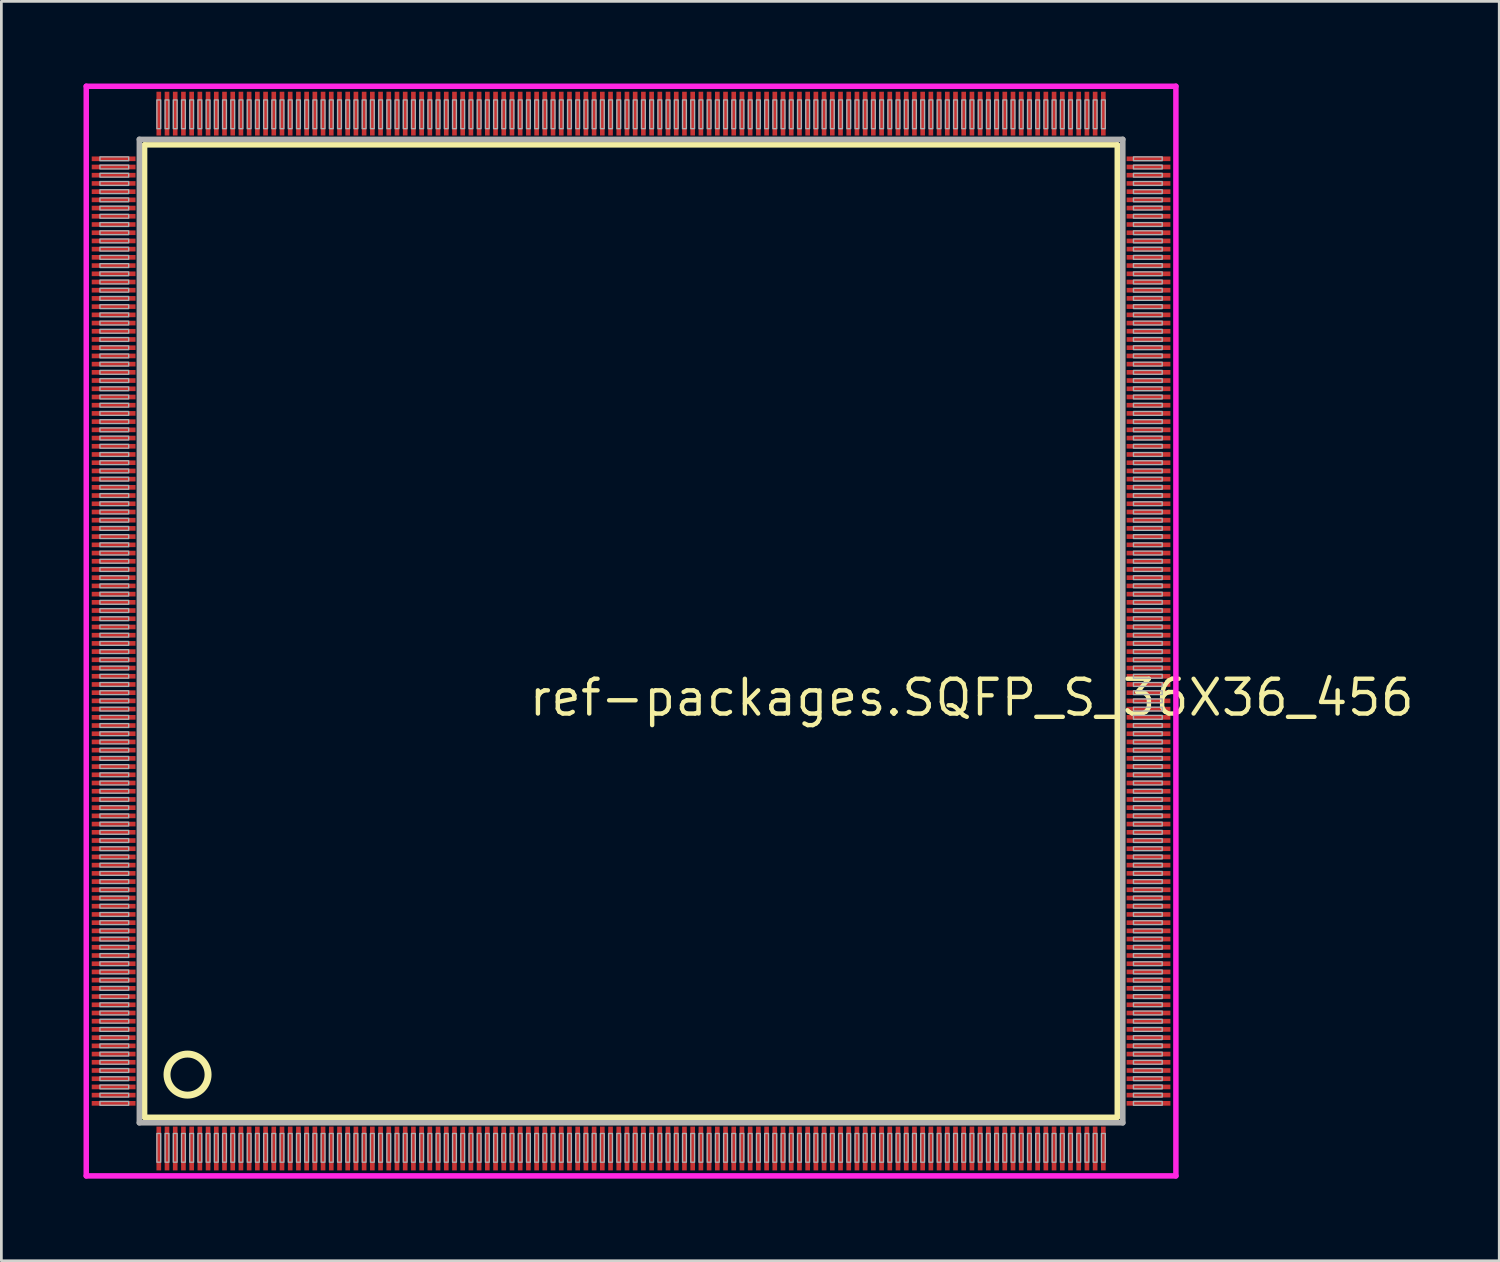
<source format=kicad_pcb>
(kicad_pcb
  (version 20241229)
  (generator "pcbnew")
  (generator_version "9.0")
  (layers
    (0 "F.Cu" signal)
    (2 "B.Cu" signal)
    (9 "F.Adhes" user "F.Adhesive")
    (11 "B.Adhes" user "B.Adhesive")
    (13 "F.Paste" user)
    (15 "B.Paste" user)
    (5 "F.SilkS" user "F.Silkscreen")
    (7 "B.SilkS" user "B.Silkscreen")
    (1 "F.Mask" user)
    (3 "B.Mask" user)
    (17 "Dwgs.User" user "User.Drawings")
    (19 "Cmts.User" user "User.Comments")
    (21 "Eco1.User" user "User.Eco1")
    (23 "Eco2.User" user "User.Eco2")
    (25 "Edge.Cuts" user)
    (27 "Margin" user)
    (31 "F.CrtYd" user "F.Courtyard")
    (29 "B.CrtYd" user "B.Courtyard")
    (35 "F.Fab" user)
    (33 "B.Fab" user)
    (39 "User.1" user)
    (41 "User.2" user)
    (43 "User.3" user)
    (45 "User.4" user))
  (footprint "ref-packages.SQFP_S_36X36_456"
    (layer "F.Cu")
    (at 20 20)
    (property "Reference" "ref-packages.SQFP_S_36X36_456" (at -3.81 3.175 0) (layer "F.SilkS") (effects (font (size 1.27 1.27) (thickness 0.16)) (justify left bottom)))
    (attr smd)
    (fp_line (start -17.77 -17.76) (end 17.76 -17.76) (stroke (width 0.203) (type default)) (layer "F.SilkS"))
    (fp_line (start -17.77 17.76) (end -17.77 -17.76) (stroke (width 0.203) (type default)) (layer "F.SilkS"))
    (fp_line (start 17.76 -17.76) (end 17.76 17.76) (stroke (width 0.203) (type default)) (layer "F.SilkS"))
    (fp_line (start 17.76 17.76) (end -17.77 17.76) (stroke (width 0.203) (type default)) (layer "F.SilkS"))
    (fp_circle (center -16.2 16.2) (end -15.45 16.2) (stroke (width 0.254) (type default)) (fill no) (layer "F.SilkS"))
    (fp_line (start -19.9 -19.9) (end 19.9 -19.9) (stroke (width 0.2) (type default)) (layer "F.CrtYd"))
    (fp_line (start -19.9 19.9) (end -19.9 -19.9) (stroke (width 0.2) (type default)) (layer "F.CrtYd"))
    (fp_line (start 19.9 -19.9) (end 19.9 19.9) (stroke (width 0.2) (type default)) (layer "F.CrtYd"))
    (fp_line (start 19.9 19.9) (end -19.9 19.9) (stroke (width 0.2) (type default)) (layer "F.CrtYd"))
    (fp_line (start -17.96 -17.96) (end -17.96 17.96) (stroke (width 0.203) (type default)) (layer "F.Fab"))
    (fp_line (start -17.96 17.96) (end 17.96 17.96) (stroke (width 0.203) (type default)) (layer "F.Fab"))
    (fp_line (start 17.96 -17.96) (end -17.96 -17.96) (stroke (width 0.203) (type default)) (layer "F.Fab"))
    (fp_line (start 17.96 17.96) (end 17.96 -17.96) (stroke (width 0.203) (type default)) (layer "F.Fab"))
    (fp_rect (start -19.4 -17.18) (end -18.35 -17.32) (stroke (width 0.05) (type default)) (fill no) (layer "F.Fab"))
    (fp_rect (start -19.4 -16.88) (end -18.35 -17.02) (stroke (width 0.05) (type default)) (fill no) (layer "F.Fab"))
    (fp_rect (start -19.4 -16.58) (end -18.35 -16.72) (stroke (width 0.05) (type default)) (fill no) (layer "F.Fab"))
    (fp_rect (start -19.4 -16.28) (end -18.35 -16.42) (stroke (width 0.05) (type default)) (fill no) (layer "F.Fab"))
    (fp_rect (start -19.4 -15.98) (end -18.35 -16.12) (stroke (width 0.05) (type default)) (fill no) (layer "F.Fab"))
    (fp_rect (start -19.4 -15.68) (end -18.35 -15.82) (stroke (width 0.05) (type default)) (fill no) (layer "F.Fab"))
    (fp_rect (start -19.4 -15.38) (end -18.35 -15.52) (stroke (width 0.05) (type default)) (fill no) (layer "F.Fab"))
    (fp_rect (start -19.4 -15.08) (end -18.35 -15.22) (stroke (width 0.05) (type default)) (fill no) (layer "F.Fab"))
    (fp_rect (start -19.4 -14.78) (end -18.35 -14.92) (stroke (width 0.05) (type default)) (fill no) (layer "F.Fab"))
    (fp_rect (start -19.4 -14.48) (end -18.35 -14.62) (stroke (width 0.05) (type default)) (fill no) (layer "F.Fab"))
    (fp_rect (start -19.4 -14.18) (end -18.35 -14.32) (stroke (width 0.05) (type default)) (fill no) (layer "F.Fab"))
    (fp_rect (start -19.4 -13.88) (end -18.35 -14.02) (stroke (width 0.05) (type default)) (fill no) (layer "F.Fab"))
    (fp_rect (start -19.4 -13.58) (end -18.35 -13.72) (stroke (width 0.05) (type default)) (fill no) (layer "F.Fab"))
    (fp_rect (start -19.4 -13.28) (end -18.35 -13.42) (stroke (width 0.05) (type default)) (fill no) (layer "F.Fab"))
    (fp_rect (start -19.4 -12.98) (end -18.35 -13.12) (stroke (width 0.05) (type default)) (fill no) (layer "F.Fab"))
    (fp_rect (start -19.4 -12.68) (end -18.35 -12.82) (stroke (width 0.05) (type default)) (fill no) (layer "F.Fab"))
    (fp_rect (start -19.4 -12.38) (end -18.35 -12.52) (stroke (width 0.05) (type default)) (fill no) (layer "F.Fab"))
    (fp_rect (start -19.4 -12.08) (end -18.35 -12.22) (stroke (width 0.05) (type default)) (fill no) (layer "F.Fab"))
    (fp_rect (start -19.4 -11.78) (end -18.35 -11.92) (stroke (width 0.05) (type default)) (fill no) (layer "F.Fab"))
    (fp_rect (start -19.4 -11.48) (end -18.35 -11.62) (stroke (width 0.05) (type default)) (fill no) (layer "F.Fab"))
    (fp_rect (start -19.4 -11.18) (end -18.35 -11.32) (stroke (width 0.05) (type default)) (fill no) (layer "F.Fab"))
    (fp_rect (start -19.4 -10.88) (end -18.35 -11.02) (stroke (width 0.05) (type default)) (fill no) (layer "F.Fab"))
    (fp_rect (start -19.4 -10.58) (end -18.35 -10.72) (stroke (width 0.05) (type default)) (fill no) (layer "F.Fab"))
    (fp_rect (start -19.4 -10.28) (end -18.35 -10.42) (stroke (width 0.05) (type default)) (fill no) (layer "F.Fab"))
    (fp_rect (start -19.4 -9.98) (end -18.35 -10.12) (stroke (width 0.05) (type default)) (fill no) (layer "F.Fab"))
    (fp_rect (start -19.4 -9.68) (end -18.35 -9.82) (stroke (width 0.05) (type default)) (fill no) (layer "F.Fab"))
    (fp_rect (start -19.4 -9.38) (end -18.35 -9.52) (stroke (width 0.05) (type default)) (fill no) (layer "F.Fab"))
    (fp_rect (start -19.4 -9.08) (end -18.35 -9.22) (stroke (width 0.05) (type default)) (fill no) (layer "F.Fab"))
    (fp_rect (start -19.4 -8.78) (end -18.35 -8.92) (stroke (width 0.05) (type default)) (fill no) (layer "F.Fab"))
    (fp_rect (start -19.4 -8.48) (end -18.35 -8.62) (stroke (width 0.05) (type default)) (fill no) (layer "F.Fab"))
    (fp_rect (start -19.4 -8.18) (end -18.35 -8.32) (stroke (width 0.05) (type default)) (fill no) (layer "F.Fab"))
    (fp_rect (start -19.4 -7.88) (end -18.35 -8.02) (stroke (width 0.05) (type default)) (fill no) (layer "F.Fab"))
    (fp_rect (start -19.4 -7.58) (end -18.35 -7.72) (stroke (width 0.05) (type default)) (fill no) (layer "F.Fab"))
    (fp_rect (start -19.4 -7.28) (end -18.35 -7.42) (stroke (width 0.05) (type default)) (fill no) (layer "F.Fab"))
    (fp_rect (start -19.4 -6.98) (end -18.35 -7.12) (stroke (width 0.05) (type default)) (fill no) (layer "F.Fab"))
    (fp_rect (start -19.4 -6.68) (end -18.35 -6.82) (stroke (width 0.05) (type default)) (fill no) (layer "F.Fab"))
    (fp_rect (start -19.4 -6.38) (end -18.35 -6.52) (stroke (width 0.05) (type default)) (fill no) (layer "F.Fab"))
    (fp_rect (start -19.4 -6.08) (end -18.35 -6.22) (stroke (width 0.05) (type default)) (fill no) (layer "F.Fab"))
    (fp_rect (start -19.4 -5.78) (end -18.35 -5.92) (stroke (width 0.05) (type default)) (fill no) (layer "F.Fab"))
    (fp_rect (start -19.4 -5.48) (end -18.35 -5.62) (stroke (width 0.05) (type default)) (fill no) (layer "F.Fab"))
    (fp_rect (start -19.4 -5.18) (end -18.35 -5.32) (stroke (width 0.05) (type default)) (fill no) (layer "F.Fab"))
    (fp_rect (start -19.4 -4.88) (end -18.35 -5.02) (stroke (width 0.05) (type default)) (fill no) (layer "F.Fab"))
    (fp_rect (start -19.4 -4.58) (end -18.35 -4.72) (stroke (width 0.05) (type default)) (fill no) (layer "F.Fab"))
    (fp_rect (start -19.4 -4.28) (end -18.35 -4.42) (stroke (width 0.05) (type default)) (fill no) (layer "F.Fab"))
    (fp_rect (start -19.4 -3.98) (end -18.35 -4.12) (stroke (width 0.05) (type default)) (fill no) (layer "F.Fab"))
    (fp_rect (start -19.4 -3.68) (end -18.35 -3.82) (stroke (width 0.05) (type default)) (fill no) (layer "F.Fab"))
    (fp_rect (start -19.4 -3.38) (end -18.35 -3.52) (stroke (width 0.05) (type default)) (fill no) (layer "F.Fab"))
    (fp_rect (start -19.4 -3.08) (end -18.35 -3.22) (stroke (width 0.05) (type default)) (fill no) (layer "F.Fab"))
    (fp_rect (start -19.4 -2.78) (end -18.35 -2.92) (stroke (width 0.05) (type default)) (fill no) (layer "F.Fab"))
    (fp_rect (start -19.4 -2.48) (end -18.35 -2.62) (stroke (width 0.05) (type default)) (fill no) (layer "F.Fab"))
    (fp_rect (start -19.4 -2.18) (end -18.35 -2.32) (stroke (width 0.05) (type default)) (fill no) (layer "F.Fab"))
    (fp_rect (start -19.4 -1.88) (end -18.35 -2.02) (stroke (width 0.05) (type default)) (fill no) (layer "F.Fab"))
    (fp_rect (start -19.4 -1.58) (end -18.35 -1.72) (stroke (width 0.05) (type default)) (fill no) (layer "F.Fab"))
    (fp_rect (start -19.4 -1.28) (end -18.35 -1.42) (stroke (width 0.05) (type default)) (fill no) (layer "F.Fab"))
    (fp_rect (start -19.4 -0.98) (end -18.35 -1.12) (stroke (width 0.05) (type default)) (fill no) (layer "F.Fab"))
    (fp_rect (start -19.4 -0.68) (end -18.35 -0.82) (stroke (width 0.05) (type default)) (fill no) (layer "F.Fab"))
    (fp_rect (start -19.4 -0.38) (end -18.35 -0.52) (stroke (width 0.05) (type default)) (fill no) (layer "F.Fab"))
    (fp_rect (start -19.4 -0.08) (end -18.35 -0.22) (stroke (width 0.05) (type default)) (fill no) (layer "F.Fab"))
    (fp_rect (start -19.4 0.22) (end -18.35 0.08) (stroke (width 0.05) (type default)) (fill no) (layer "F.Fab"))
    (fp_rect (start -19.4 0.52) (end -18.35 0.38) (stroke (width 0.05) (type default)) (fill no) (layer "F.Fab"))
    (fp_rect (start -19.4 0.82) (end -18.35 0.68) (stroke (width 0.05) (type default)) (fill no) (layer "F.Fab"))
    (fp_rect (start -19.4 1.12) (end -18.35 0.98) (stroke (width 0.05) (type default)) (fill no) (layer "F.Fab"))
    (fp_rect (start -19.4 1.42) (end -18.35 1.28) (stroke (width 0.05) (type default)) (fill no) (layer "F.Fab"))
    (fp_rect (start -19.4 1.72) (end -18.35 1.58) (stroke (width 0.05) (type default)) (fill no) (layer "F.Fab"))
    (fp_rect (start -19.4 2.02) (end -18.35 1.88) (stroke (width 0.05) (type default)) (fill no) (layer "F.Fab"))
    (fp_rect (start -19.4 2.32) (end -18.35 2.18) (stroke (width 0.05) (type default)) (fill no) (layer "F.Fab"))
    (fp_rect (start -19.4 2.62) (end -18.35 2.48) (stroke (width 0.05) (type default)) (fill no) (layer "F.Fab"))
    (fp_rect (start -19.4 2.92) (end -18.35 2.78) (stroke (width 0.05) (type default)) (fill no) (layer "F.Fab"))
    (fp_rect (start -19.4 3.22) (end -18.35 3.08) (stroke (width 0.05) (type default)) (fill no) (layer "F.Fab"))
    (fp_rect (start -19.4 3.52) (end -18.35 3.38) (stroke (width 0.05) (type default)) (fill no) (layer "F.Fab"))
    (fp_rect (start -19.4 3.82) (end -18.35 3.68) (stroke (width 0.05) (type default)) (fill no) (layer "F.Fab"))
    (fp_rect (start -19.4 4.12) (end -18.35 3.98) (stroke (width 0.05) (type default)) (fill no) (layer "F.Fab"))
    (fp_rect (start -19.4 4.42) (end -18.35 4.28) (stroke (width 0.05) (type default)) (fill no) (layer "F.Fab"))
    (fp_rect (start -19.4 4.72) (end -18.35 4.58) (stroke (width 0.05) (type default)) (fill no) (layer "F.Fab"))
    (fp_rect (start -19.4 5.02) (end -18.35 4.88) (stroke (width 0.05) (type default)) (fill no) (layer "F.Fab"))
    (fp_rect (start -19.4 5.32) (end -18.35 5.18) (stroke (width 0.05) (type default)) (fill no) (layer "F.Fab"))
    (fp_rect (start -19.4 5.62) (end -18.35 5.48) (stroke (width 0.05) (type default)) (fill no) (layer "F.Fab"))
    (fp_rect (start -19.4 5.92) (end -18.35 5.78) (stroke (width 0.05) (type default)) (fill no) (layer "F.Fab"))
    (fp_rect (start -19.4 6.22) (end -18.35 6.08) (stroke (width 0.05) (type default)) (fill no) (layer "F.Fab"))
    (fp_rect (start -19.4 6.52) (end -18.35 6.38) (stroke (width 0.05) (type default)) (fill no) (layer "F.Fab"))
    (fp_rect (start -19.4 6.82) (end -18.35 6.68) (stroke (width 0.05) (type default)) (fill no) (layer "F.Fab"))
    (fp_rect (start -19.4 7.12) (end -18.35 6.98) (stroke (width 0.05) (type default)) (fill no) (layer "F.Fab"))
    (fp_rect (start -19.4 7.42) (end -18.35 7.28) (stroke (width 0.05) (type default)) (fill no) (layer "F.Fab"))
    (fp_rect (start -19.4 7.72) (end -18.35 7.58) (stroke (width 0.05) (type default)) (fill no) (layer "F.Fab"))
    (fp_rect (start -19.4 8.02) (end -18.35 7.88) (stroke (width 0.05) (type default)) (fill no) (layer "F.Fab"))
    (fp_rect (start -19.4 8.32) (end -18.35 8.18) (stroke (width 0.05) (type default)) (fill no) (layer "F.Fab"))
    (fp_rect (start -19.4 8.62) (end -18.35 8.48) (stroke (width 0.05) (type default)) (fill no) (layer "F.Fab"))
    (fp_rect (start -19.4 8.92) (end -18.35 8.78) (stroke (width 0.05) (type default)) (fill no) (layer "F.Fab"))
    (fp_rect (start -19.4 9.22) (end -18.35 9.08) (stroke (width 0.05) (type default)) (fill no) (layer "F.Fab"))
    (fp_rect (start -19.4 9.52) (end -18.35 9.38) (stroke (width 0.05) (type default)) (fill no) (layer "F.Fab"))
    (fp_rect (start -19.4 9.82) (end -18.35 9.68) (stroke (width 0.05) (type default)) (fill no) (layer "F.Fab"))
    (fp_rect (start -19.4 10.12) (end -18.35 9.98) (stroke (width 0.05) (type default)) (fill no) (layer "F.Fab"))
    (fp_rect (start -19.4 10.42) (end -18.35 10.28) (stroke (width 0.05) (type default)) (fill no) (layer "F.Fab"))
    (fp_rect (start -19.4 10.72) (end -18.35 10.58) (stroke (width 0.05) (type default)) (fill no) (layer "F.Fab"))
    (fp_rect (start -19.4 11.02) (end -18.35 10.88) (stroke (width 0.05) (type default)) (fill no) (layer "F.Fab"))
    (fp_rect (start -19.4 11.32) (end -18.35 11.18) (stroke (width 0.05) (type default)) (fill no) (layer "F.Fab"))
    (fp_rect (start -19.4 11.62) (end -18.35 11.48) (stroke (width 0.05) (type default)) (fill no) (layer "F.Fab"))
    (fp_rect (start -19.4 11.92) (end -18.35 11.78) (stroke (width 0.05) (type default)) (fill no) (layer "F.Fab"))
    (fp_rect (start -19.4 12.22) (end -18.35 12.08) (stroke (width 0.05) (type default)) (fill no) (layer "F.Fab"))
    (fp_rect (start -19.4 12.52) (end -18.35 12.38) (stroke (width 0.05) (type default)) (fill no) (layer "F.Fab"))
    (fp_rect (start -19.4 12.82) (end -18.35 12.68) (stroke (width 0.05) (type default)) (fill no) (layer "F.Fab"))
    (fp_rect (start -19.4 13.12) (end -18.35 12.98) (stroke (width 0.05) (type default)) (fill no) (layer "F.Fab"))
    (fp_rect (start -19.4 13.42) (end -18.35 13.28) (stroke (width 0.05) (type default)) (fill no) (layer "F.Fab"))
    (fp_rect (start -19.4 13.72) (end -18.35 13.58) (stroke (width 0.05) (type default)) (fill no) (layer "F.Fab"))
    (fp_rect (start -19.4 14.02) (end -18.35 13.88) (stroke (width 0.05) (type default)) (fill no) (layer "F.Fab"))
    (fp_rect (start -19.4 14.32) (end -18.35 14.18) (stroke (width 0.05) (type default)) (fill no) (layer "F.Fab"))
    (fp_rect (start -19.4 14.62) (end -18.35 14.48) (stroke (width 0.05) (type default)) (fill no) (layer "F.Fab"))
    (fp_rect (start -19.4 14.92) (end -18.35 14.78) (stroke (width 0.05) (type default)) (fill no) (layer "F.Fab"))
    (fp_rect (start -19.4 15.22) (end -18.35 15.08) (stroke (width 0.05) (type default)) (fill no) (layer "F.Fab"))
    (fp_rect (start -19.4 15.52) (end -18.35 15.38) (stroke (width 0.05) (type default)) (fill no) (layer "F.Fab"))
    (fp_rect (start -19.4 15.82) (end -18.35 15.68) (stroke (width 0.05) (type default)) (fill no) (layer "F.Fab"))
    (fp_rect (start -19.4 16.12) (end -18.35 15.98) (stroke (width 0.05) (type default)) (fill no) (layer "F.Fab"))
    (fp_rect (start -19.4 16.42) (end -18.35 16.28) (stroke (width 0.05) (type default)) (fill no) (layer "F.Fab"))
    (fp_rect (start -19.4 16.72) (end -18.35 16.58) (stroke (width 0.05) (type default)) (fill no) (layer "F.Fab"))
    (fp_rect (start -19.4 17.02) (end -18.35 16.88) (stroke (width 0.05) (type default)) (fill no) (layer "F.Fab"))
    (fp_rect (start -19.4 17.32) (end -18.35 17.18) (stroke (width 0.05) (type default)) (fill no) (layer "F.Fab"))
    (fp_rect (start -17.32 -18.35) (end -17.18 -19.4) (stroke (width 0.05) (type default)) (fill no) (layer "F.Fab"))
    (fp_rect (start -17.32 19.4) (end -17.18 18.35) (stroke (width 0.05) (type default)) (fill no) (layer "F.Fab"))
    (fp_rect (start -17.02 -18.35) (end -16.88 -19.4) (stroke (width 0.05) (type default)) (fill no) (layer "F.Fab"))
    (fp_rect (start -17.02 19.4) (end -16.88 18.35) (stroke (width 0.05) (type default)) (fill no) (layer "F.Fab"))
    (fp_rect (start -16.72 -18.35) (end -16.58 -19.4) (stroke (width 0.05) (type default)) (fill no) (layer "F.Fab"))
    (fp_rect (start -16.72 19.4) (end -16.58 18.35) (stroke (width 0.05) (type default)) (fill no) (layer "F.Fab"))
    (fp_rect (start -16.42 -18.35) (end -16.28 -19.4) (stroke (width 0.05) (type default)) (fill no) (layer "F.Fab"))
    (fp_rect (start -16.42 19.4) (end -16.28 18.35) (stroke (width 0.05) (type default)) (fill no) (layer "F.Fab"))
    (fp_rect (start -16.12 -18.35) (end -15.98 -19.4) (stroke (width 0.05) (type default)) (fill no) (layer "F.Fab"))
    (fp_rect (start -16.12 19.4) (end -15.98 18.35) (stroke (width 0.05) (type default)) (fill no) (layer "F.Fab"))
    (fp_rect (start -15.82 -18.35) (end -15.68 -19.4) (stroke (width 0.05) (type default)) (fill no) (layer "F.Fab"))
    (fp_rect (start -15.82 19.4) (end -15.68 18.35) (stroke (width 0.05) (type default)) (fill no) (layer "F.Fab"))
    (fp_rect (start -15.52 -18.35) (end -15.38 -19.4) (stroke (width 0.05) (type default)) (fill no) (layer "F.Fab"))
    (fp_rect (start -15.52 19.4) (end -15.38 18.35) (stroke (width 0.05) (type default)) (fill no) (layer "F.Fab"))
    (fp_rect (start -15.22 -18.35) (end -15.08 -19.4) (stroke (width 0.05) (type default)) (fill no) (layer "F.Fab"))
    (fp_rect (start -15.22 19.4) (end -15.08 18.35) (stroke (width 0.05) (type default)) (fill no) (layer "F.Fab"))
    (fp_rect (start -14.92 -18.35) (end -14.78 -19.4) (stroke (width 0.05) (type default)) (fill no) (layer "F.Fab"))
    (fp_rect (start -14.92 19.4) (end -14.78 18.35) (stroke (width 0.05) (type default)) (fill no) (layer "F.Fab"))
    (fp_rect (start -14.62 -18.35) (end -14.48 -19.4) (stroke (width 0.05) (type default)) (fill no) (layer "F.Fab"))
    (fp_rect (start -14.62 19.4) (end -14.48 18.35) (stroke (width 0.05) (type default)) (fill no) (layer "F.Fab"))
    (fp_rect (start -14.32 -18.35) (end -14.18 -19.4) (stroke (width 0.05) (type default)) (fill no) (layer "F.Fab"))
    (fp_rect (start -14.32 19.4) (end -14.18 18.35) (stroke (width 0.05) (type default)) (fill no) (layer "F.Fab"))
    (fp_rect (start -14.02 -18.35) (end -13.88 -19.4) (stroke (width 0.05) (type default)) (fill no) (layer "F.Fab"))
    (fp_rect (start -14.02 19.4) (end -13.88 18.35) (stroke (width 0.05) (type default)) (fill no) (layer "F.Fab"))
    (fp_rect (start -13.72 -18.35) (end -13.58 -19.4) (stroke (width 0.05) (type default)) (fill no) (layer "F.Fab"))
    (fp_rect (start -13.72 19.4) (end -13.58 18.35) (stroke (width 0.05) (type default)) (fill no) (layer "F.Fab"))
    (fp_rect (start -13.42 -18.35) (end -13.28 -19.4) (stroke (width 0.05) (type default)) (fill no) (layer "F.Fab"))
    (fp_rect (start -13.42 19.4) (end -13.28 18.35) (stroke (width 0.05) (type default)) (fill no) (layer "F.Fab"))
    (fp_rect (start -13.12 -18.35) (end -12.98 -19.4) (stroke (width 0.05) (type default)) (fill no) (layer "F.Fab"))
    (fp_rect (start -13.12 19.4) (end -12.98 18.35) (stroke (width 0.05) (type default)) (fill no) (layer "F.Fab"))
    (fp_rect (start -12.82 -18.35) (end -12.68 -19.4) (stroke (width 0.05) (type default)) (fill no) (layer "F.Fab"))
    (fp_rect (start -12.82 19.4) (end -12.68 18.35) (stroke (width 0.05) (type default)) (fill no) (layer "F.Fab"))
    (fp_rect (start -12.52 -18.35) (end -12.38 -19.4) (stroke (width 0.05) (type default)) (fill no) (layer "F.Fab"))
    (fp_rect (start -12.52 19.4) (end -12.38 18.35) (stroke (width 0.05) (type default)) (fill no) (layer "F.Fab"))
    (fp_rect (start -12.22 -18.35) (end -12.08 -19.4) (stroke (width 0.05) (type default)) (fill no) (layer "F.Fab"))
    (fp_rect (start -12.22 19.4) (end -12.08 18.35) (stroke (width 0.05) (type default)) (fill no) (layer "F.Fab"))
    (fp_rect (start -11.92 -18.35) (end -11.78 -19.4) (stroke (width 0.05) (type default)) (fill no) (layer "F.Fab"))
    (fp_rect (start -11.92 19.4) (end -11.78 18.35) (stroke (width 0.05) (type default)) (fill no) (layer "F.Fab"))
    (fp_rect (start -11.62 -18.35) (end -11.48 -19.4) (stroke (width 0.05) (type default)) (fill no) (layer "F.Fab"))
    (fp_rect (start -11.62 19.4) (end -11.48 18.35) (stroke (width 0.05) (type default)) (fill no) (layer "F.Fab"))
    (fp_rect (start -11.32 -18.35) (end -11.18 -19.4) (stroke (width 0.05) (type default)) (fill no) (layer "F.Fab"))
    (fp_rect (start -11.32 19.4) (end -11.18 18.35) (stroke (width 0.05) (type default)) (fill no) (layer "F.Fab"))
    (fp_rect (start -11.02 -18.35) (end -10.88 -19.4) (stroke (width 0.05) (type default)) (fill no) (layer "F.Fab"))
    (fp_rect (start -11.02 19.4) (end -10.88 18.35) (stroke (width 0.05) (type default)) (fill no) (layer "F.Fab"))
    (fp_rect (start -10.72 -18.35) (end -10.58 -19.4) (stroke (width 0.05) (type default)) (fill no) (layer "F.Fab"))
    (fp_rect (start -10.72 19.4) (end -10.58 18.35) (stroke (width 0.05) (type default)) (fill no) (layer "F.Fab"))
    (fp_rect (start -10.42 -18.35) (end -10.28 -19.4) (stroke (width 0.05) (type default)) (fill no) (layer "F.Fab"))
    (fp_rect (start -10.42 19.4) (end -10.28 18.35) (stroke (width 0.05) (type default)) (fill no) (layer "F.Fab"))
    (fp_rect (start -10.12 -18.35) (end -9.98 -19.4) (stroke (width 0.05) (type default)) (fill no) (layer "F.Fab"))
    (fp_rect (start -10.12 19.4) (end -9.98 18.35) (stroke (width 0.05) (type default)) (fill no) (layer "F.Fab"))
    (fp_rect (start -9.82 -18.35) (end -9.68 -19.4) (stroke (width 0.05) (type default)) (fill no) (layer "F.Fab"))
    (fp_rect (start -9.82 19.4) (end -9.68 18.35) (stroke (width 0.05) (type default)) (fill no) (layer "F.Fab"))
    (fp_rect (start -9.52 -18.35) (end -9.38 -19.4) (stroke (width 0.05) (type default)) (fill no) (layer "F.Fab"))
    (fp_rect (start -9.52 19.4) (end -9.38 18.35) (stroke (width 0.05) (type default)) (fill no) (layer "F.Fab"))
    (fp_rect (start -9.22 -18.35) (end -9.08 -19.4) (stroke (width 0.05) (type default)) (fill no) (layer "F.Fab"))
    (fp_rect (start -9.22 19.4) (end -9.08 18.35) (stroke (width 0.05) (type default)) (fill no) (layer "F.Fab"))
    (fp_rect (start -8.92 -18.35) (end -8.78 -19.4) (stroke (width 0.05) (type default)) (fill no) (layer "F.Fab"))
    (fp_rect (start -8.92 19.4) (end -8.78 18.35) (stroke (width 0.05) (type default)) (fill no) (layer "F.Fab"))
    (fp_rect (start -8.62 -18.35) (end -8.48 -19.4) (stroke (width 0.05) (type default)) (fill no) (layer "F.Fab"))
    (fp_rect (start -8.62 19.4) (end -8.48 18.35) (stroke (width 0.05) (type default)) (fill no) (layer "F.Fab"))
    (fp_rect (start -8.32 -18.35) (end -8.18 -19.4) (stroke (width 0.05) (type default)) (fill no) (layer "F.Fab"))
    (fp_rect (start -8.32 19.4) (end -8.18 18.35) (stroke (width 0.05) (type default)) (fill no) (layer "F.Fab"))
    (fp_rect (start -8.02 -18.35) (end -7.88 -19.4) (stroke (width 0.05) (type default)) (fill no) (layer "F.Fab"))
    (fp_rect (start -8.02 19.4) (end -7.88 18.35) (stroke (width 0.05) (type default)) (fill no) (layer "F.Fab"))
    (fp_rect (start -7.72 -18.35) (end -7.58 -19.4) (stroke (width 0.05) (type default)) (fill no) (layer "F.Fab"))
    (fp_rect (start -7.72 19.4) (end -7.58 18.35) (stroke (width 0.05) (type default)) (fill no) (layer "F.Fab"))
    (fp_rect (start -7.42 -18.35) (end -7.28 -19.4) (stroke (width 0.05) (type default)) (fill no) (layer "F.Fab"))
    (fp_rect (start -7.42 19.4) (end -7.28 18.35) (stroke (width 0.05) (type default)) (fill no) (layer "F.Fab"))
    (fp_rect (start -7.12 -18.35) (end -6.98 -19.4) (stroke (width 0.05) (type default)) (fill no) (layer "F.Fab"))
    (fp_rect (start -7.12 19.4) (end -6.98 18.35) (stroke (width 0.05) (type default)) (fill no) (layer "F.Fab"))
    (fp_rect (start -6.82 -18.35) (end -6.68 -19.4) (stroke (width 0.05) (type default)) (fill no) (layer "F.Fab"))
    (fp_rect (start -6.82 19.4) (end -6.68 18.35) (stroke (width 0.05) (type default)) (fill no) (layer "F.Fab"))
    (fp_rect (start -6.52 -18.35) (end -6.38 -19.4) (stroke (width 0.05) (type default)) (fill no) (layer "F.Fab"))
    (fp_rect (start -6.52 19.4) (end -6.38 18.35) (stroke (width 0.05) (type default)) (fill no) (layer "F.Fab"))
    (fp_rect (start -6.22 -18.35) (end -6.08 -19.4) (stroke (width 0.05) (type default)) (fill no) (layer "F.Fab"))
    (fp_rect (start -6.22 19.4) (end -6.08 18.35) (stroke (width 0.05) (type default)) (fill no) (layer "F.Fab"))
    (fp_rect (start -5.92 -18.35) (end -5.78 -19.4) (stroke (width 0.05) (type default)) (fill no) (layer "F.Fab"))
    (fp_rect (start -5.92 19.4) (end -5.78 18.35) (stroke (width 0.05) (type default)) (fill no) (layer "F.Fab"))
    (fp_rect (start -5.62 -18.35) (end -5.48 -19.4) (stroke (width 0.05) (type default)) (fill no) (layer "F.Fab"))
    (fp_rect (start -5.62 19.4) (end -5.48 18.35) (stroke (width 0.05) (type default)) (fill no) (layer "F.Fab"))
    (fp_rect (start -5.32 -18.35) (end -5.18 -19.4) (stroke (width 0.05) (type default)) (fill no) (layer "F.Fab"))
    (fp_rect (start -5.32 19.4) (end -5.18 18.35) (stroke (width 0.05) (type default)) (fill no) (layer "F.Fab"))
    (fp_rect (start -5.02 -18.35) (end -4.88 -19.4) (stroke (width 0.05) (type default)) (fill no) (layer "F.Fab"))
    (fp_rect (start -5.02 19.4) (end -4.88 18.35) (stroke (width 0.05) (type default)) (fill no) (layer "F.Fab"))
    (fp_rect (start -4.72 -18.35) (end -4.58 -19.4) (stroke (width 0.05) (type default)) (fill no) (layer "F.Fab"))
    (fp_rect (start -4.72 19.4) (end -4.58 18.35) (stroke (width 0.05) (type default)) (fill no) (layer "F.Fab"))
    (fp_rect (start -4.42 -18.35) (end -4.28 -19.4) (stroke (width 0.05) (type default)) (fill no) (layer "F.Fab"))
    (fp_rect (start -4.42 19.4) (end -4.28 18.35) (stroke (width 0.05) (type default)) (fill no) (layer "F.Fab"))
    (fp_rect (start -4.12 -18.35) (end -3.98 -19.4) (stroke (width 0.05) (type default)) (fill no) (layer "F.Fab"))
    (fp_rect (start -4.12 19.4) (end -3.98 18.35) (stroke (width 0.05) (type default)) (fill no) (layer "F.Fab"))
    (fp_rect (start -3.82 -18.35) (end -3.68 -19.4) (stroke (width 0.05) (type default)) (fill no) (layer "F.Fab"))
    (fp_rect (start -3.82 19.4) (end -3.68 18.35) (stroke (width 0.05) (type default)) (fill no) (layer "F.Fab"))
    (fp_rect (start -3.52 -18.35) (end -3.38 -19.4) (stroke (width 0.05) (type default)) (fill no) (layer "F.Fab"))
    (fp_rect (start -3.52 19.4) (end -3.38 18.35) (stroke (width 0.05) (type default)) (fill no) (layer "F.Fab"))
    (fp_rect (start -3.22 -18.35) (end -3.08 -19.4) (stroke (width 0.05) (type default)) (fill no) (layer "F.Fab"))
    (fp_rect (start -3.22 19.4) (end -3.08 18.35) (stroke (width 0.05) (type default)) (fill no) (layer "F.Fab"))
    (fp_rect (start -2.92 -18.35) (end -2.78 -19.4) (stroke (width 0.05) (type default)) (fill no) (layer "F.Fab"))
    (fp_rect (start -2.92 19.4) (end -2.78 18.35) (stroke (width 0.05) (type default)) (fill no) (layer "F.Fab"))
    (fp_rect (start -2.62 -18.35) (end -2.48 -19.4) (stroke (width 0.05) (type default)) (fill no) (layer "F.Fab"))
    (fp_rect (start -2.62 19.4) (end -2.48 18.35) (stroke (width 0.05) (type default)) (fill no) (layer "F.Fab"))
    (fp_rect (start -2.32 -18.35) (end -2.18 -19.4) (stroke (width 0.05) (type default)) (fill no) (layer "F.Fab"))
    (fp_rect (start -2.32 19.4) (end -2.18 18.35) (stroke (width 0.05) (type default)) (fill no) (layer "F.Fab"))
    (fp_rect (start -2.02 -18.35) (end -1.88 -19.4) (stroke (width 0.05) (type default)) (fill no) (layer "F.Fab"))
    (fp_rect (start -2.02 19.4) (end -1.88 18.35) (stroke (width 0.05) (type default)) (fill no) (layer "F.Fab"))
    (fp_rect (start -1.72 -18.35) (end -1.58 -19.4) (stroke (width 0.05) (type default)) (fill no) (layer "F.Fab"))
    (fp_rect (start -1.72 19.4) (end -1.58 18.35) (stroke (width 0.05) (type default)) (fill no) (layer "F.Fab"))
    (fp_rect (start -1.42 -18.35) (end -1.28 -19.4) (stroke (width 0.05) (type default)) (fill no) (layer "F.Fab"))
    (fp_rect (start -1.42 19.4) (end -1.28 18.35) (stroke (width 0.05) (type default)) (fill no) (layer "F.Fab"))
    (fp_rect (start -1.12 -18.35) (end -0.98 -19.4) (stroke (width 0.05) (type default)) (fill no) (layer "F.Fab"))
    (fp_rect (start -1.12 19.4) (end -0.98 18.35) (stroke (width 0.05) (type default)) (fill no) (layer "F.Fab"))
    (fp_rect (start -0.82 -18.35) (end -0.68 -19.4) (stroke (width 0.05) (type default)) (fill no) (layer "F.Fab"))
    (fp_rect (start -0.82 19.4) (end -0.68 18.35) (stroke (width 0.05) (type default)) (fill no) (layer "F.Fab"))
    (fp_rect (start -0.52 -18.35) (end -0.38 -19.4) (stroke (width 0.05) (type default)) (fill no) (layer "F.Fab"))
    (fp_rect (start -0.52 19.4) (end -0.38 18.35) (stroke (width 0.05) (type default)) (fill no) (layer "F.Fab"))
    (fp_rect (start -0.22 -18.35) (end -0.08 -19.4) (stroke (width 0.05) (type default)) (fill no) (layer "F.Fab"))
    (fp_rect (start -0.22 19.4) (end -0.08 18.35) (stroke (width 0.05) (type default)) (fill no) (layer "F.Fab"))
    (fp_rect (start 0.08 -18.35) (end 0.22 -19.4) (stroke (width 0.05) (type default)) (fill no) (layer "F.Fab"))
    (fp_rect (start 0.08 19.4) (end 0.22 18.35) (stroke (width 0.05) (type default)) (fill no) (layer "F.Fab"))
    (fp_rect (start 0.38 -18.35) (end 0.52 -19.4) (stroke (width 0.05) (type default)) (fill no) (layer "F.Fab"))
    (fp_rect (start 0.38 19.4) (end 0.52 18.35) (stroke (width 0.05) (type default)) (fill no) (layer "F.Fab"))
    (fp_rect (start 0.68 -18.35) (end 0.82 -19.4) (stroke (width 0.05) (type default)) (fill no) (layer "F.Fab"))
    (fp_rect (start 0.68 19.4) (end 0.82 18.35) (stroke (width 0.05) (type default)) (fill no) (layer "F.Fab"))
    (fp_rect (start 0.98 -18.35) (end 1.12 -19.4) (stroke (width 0.05) (type default)) (fill no) (layer "F.Fab"))
    (fp_rect (start 0.98 19.4) (end 1.12 18.35) (stroke (width 0.05) (type default)) (fill no) (layer "F.Fab"))
    (fp_rect (start 1.28 -18.35) (end 1.42 -19.4) (stroke (width 0.05) (type default)) (fill no) (layer "F.Fab"))
    (fp_rect (start 1.28 19.4) (end 1.42 18.35) (stroke (width 0.05) (type default)) (fill no) (layer "F.Fab"))
    (fp_rect (start 1.58 -18.35) (end 1.72 -19.4) (stroke (width 0.05) (type default)) (fill no) (layer "F.Fab"))
    (fp_rect (start 1.58 19.4) (end 1.72 18.35) (stroke (width 0.05) (type default)) (fill no) (layer "F.Fab"))
    (fp_rect (start 1.88 -18.35) (end 2.02 -19.4) (stroke (width 0.05) (type default)) (fill no) (layer "F.Fab"))
    (fp_rect (start 1.88 19.4) (end 2.02 18.35) (stroke (width 0.05) (type default)) (fill no) (layer "F.Fab"))
    (fp_rect (start 2.18 -18.35) (end 2.32 -19.4) (stroke (width 0.05) (type default)) (fill no) (layer "F.Fab"))
    (fp_rect (start 2.18 19.4) (end 2.32 18.35) (stroke (width 0.05) (type default)) (fill no) (layer "F.Fab"))
    (fp_rect (start 2.48 -18.35) (end 2.62 -19.4) (stroke (width 0.05) (type default)) (fill no) (layer "F.Fab"))
    (fp_rect (start 2.48 19.4) (end 2.62 18.35) (stroke (width 0.05) (type default)) (fill no) (layer "F.Fab"))
    (fp_rect (start 2.78 -18.35) (end 2.92 -19.4) (stroke (width 0.05) (type default)) (fill no) (layer "F.Fab"))
    (fp_rect (start 2.78 19.4) (end 2.92 18.35) (stroke (width 0.05) (type default)) (fill no) (layer "F.Fab"))
    (fp_rect (start 3.08 -18.35) (end 3.22 -19.4) (stroke (width 0.05) (type default)) (fill no) (layer "F.Fab"))
    (fp_rect (start 3.08 19.4) (end 3.22 18.35) (stroke (width 0.05) (type default)) (fill no) (layer "F.Fab"))
    (fp_rect (start 3.38 -18.35) (end 3.52 -19.4) (stroke (width 0.05) (type default)) (fill no) (layer "F.Fab"))
    (fp_rect (start 3.38 19.4) (end 3.52 18.35) (stroke (width 0.05) (type default)) (fill no) (layer "F.Fab"))
    (fp_rect (start 3.68 -18.35) (end 3.82 -19.4) (stroke (width 0.05) (type default)) (fill no) (layer "F.Fab"))
    (fp_rect (start 3.68 19.4) (end 3.82 18.35) (stroke (width 0.05) (type default)) (fill no) (layer "F.Fab"))
    (fp_rect (start 3.98 -18.35) (end 4.12 -19.4) (stroke (width 0.05) (type default)) (fill no) (layer "F.Fab"))
    (fp_rect (start 3.98 19.4) (end 4.12 18.35) (stroke (width 0.05) (type default)) (fill no) (layer "F.Fab"))
    (fp_rect (start 4.28 -18.35) (end 4.42 -19.4) (stroke (width 0.05) (type default)) (fill no) (layer "F.Fab"))
    (fp_rect (start 4.28 19.4) (end 4.42 18.35) (stroke (width 0.05) (type default)) (fill no) (layer "F.Fab"))
    (fp_rect (start 4.58 -18.35) (end 4.72 -19.4) (stroke (width 0.05) (type default)) (fill no) (layer "F.Fab"))
    (fp_rect (start 4.58 19.4) (end 4.72 18.35) (stroke (width 0.05) (type default)) (fill no) (layer "F.Fab"))
    (fp_rect (start 4.88 -18.35) (end 5.02 -19.4) (stroke (width 0.05) (type default)) (fill no) (layer "F.Fab"))
    (fp_rect (start 4.88 19.4) (end 5.02 18.35) (stroke (width 0.05) (type default)) (fill no) (layer "F.Fab"))
    (fp_rect (start 5.18 -18.35) (end 5.32 -19.4) (stroke (width 0.05) (type default)) (fill no) (layer "F.Fab"))
    (fp_rect (start 5.18 19.4) (end 5.32 18.35) (stroke (width 0.05) (type default)) (fill no) (layer "F.Fab"))
    (fp_rect (start 5.48 -18.35) (end 5.62 -19.4) (stroke (width 0.05) (type default)) (fill no) (layer "F.Fab"))
    (fp_rect (start 5.48 19.4) (end 5.62 18.35) (stroke (width 0.05) (type default)) (fill no) (layer "F.Fab"))
    (fp_rect (start 5.78 -18.35) (end 5.92 -19.4) (stroke (width 0.05) (type default)) (fill no) (layer "F.Fab"))
    (fp_rect (start 5.78 19.4) (end 5.92 18.35) (stroke (width 0.05) (type default)) (fill no) (layer "F.Fab"))
    (fp_rect (start 6.08 -18.35) (end 6.22 -19.4) (stroke (width 0.05) (type default)) (fill no) (layer "F.Fab"))
    (fp_rect (start 6.08 19.4) (end 6.22 18.35) (stroke (width 0.05) (type default)) (fill no) (layer "F.Fab"))
    (fp_rect (start 6.38 -18.35) (end 6.52 -19.4) (stroke (width 0.05) (type default)) (fill no) (layer "F.Fab"))
    (fp_rect (start 6.38 19.4) (end 6.52 18.35) (stroke (width 0.05) (type default)) (fill no) (layer "F.Fab"))
    (fp_rect (start 6.68 -18.35) (end 6.82 -19.4) (stroke (width 0.05) (type default)) (fill no) (layer "F.Fab"))
    (fp_rect (start 6.68 19.4) (end 6.82 18.35) (stroke (width 0.05) (type default)) (fill no) (layer "F.Fab"))
    (fp_rect (start 6.98 -18.35) (end 7.12 -19.4) (stroke (width 0.05) (type default)) (fill no) (layer "F.Fab"))
    (fp_rect (start 6.98 19.4) (end 7.12 18.35) (stroke (width 0.05) (type default)) (fill no) (layer "F.Fab"))
    (fp_rect (start 7.28 -18.35) (end 7.42 -19.4) (stroke (width 0.05) (type default)) (fill no) (layer "F.Fab"))
    (fp_rect (start 7.28 19.4) (end 7.42 18.35) (stroke (width 0.05) (type default)) (fill no) (layer "F.Fab"))
    (fp_rect (start 7.58 -18.35) (end 7.72 -19.4) (stroke (width 0.05) (type default)) (fill no) (layer "F.Fab"))
    (fp_rect (start 7.58 19.4) (end 7.72 18.35) (stroke (width 0.05) (type default)) (fill no) (layer "F.Fab"))
    (fp_rect (start 7.88 -18.35) (end 8.02 -19.4) (stroke (width 0.05) (type default)) (fill no) (layer "F.Fab"))
    (fp_rect (start 7.88 19.4) (end 8.02 18.35) (stroke (width 0.05) (type default)) (fill no) (layer "F.Fab"))
    (fp_rect (start 8.18 -18.35) (end 8.32 -19.4) (stroke (width 0.05) (type default)) (fill no) (layer "F.Fab"))
    (fp_rect (start 8.18 19.4) (end 8.32 18.35) (stroke (width 0.05) (type default)) (fill no) (layer "F.Fab"))
    (fp_rect (start 8.48 -18.35) (end 8.62 -19.4) (stroke (width 0.05) (type default)) (fill no) (layer "F.Fab"))
    (fp_rect (start 8.48 19.4) (end 8.62 18.35) (stroke (width 0.05) (type default)) (fill no) (layer "F.Fab"))
    (fp_rect (start 8.78 -18.35) (end 8.92 -19.4) (stroke (width 0.05) (type default)) (fill no) (layer "F.Fab"))
    (fp_rect (start 8.78 19.4) (end 8.92 18.35) (stroke (width 0.05) (type default)) (fill no) (layer "F.Fab"))
    (fp_rect (start 9.08 -18.35) (end 9.22 -19.4) (stroke (width 0.05) (type default)) (fill no) (layer "F.Fab"))
    (fp_rect (start 9.08 19.4) (end 9.22 18.35) (stroke (width 0.05) (type default)) (fill no) (layer "F.Fab"))
    (fp_rect (start 9.38 -18.35) (end 9.52 -19.4) (stroke (width 0.05) (type default)) (fill no) (layer "F.Fab"))
    (fp_rect (start 9.38 19.4) (end 9.52 18.35) (stroke (width 0.05) (type default)) (fill no) (layer "F.Fab"))
    (fp_rect (start 9.68 -18.35) (end 9.82 -19.4) (stroke (width 0.05) (type default)) (fill no) (layer "F.Fab"))
    (fp_rect (start 9.68 19.4) (end 9.82 18.35) (stroke (width 0.05) (type default)) (fill no) (layer "F.Fab"))
    (fp_rect (start 9.98 -18.35) (end 10.12 -19.4) (stroke (width 0.05) (type default)) (fill no) (layer "F.Fab"))
    (fp_rect (start 9.98 19.4) (end 10.12 18.35) (stroke (width 0.05) (type default)) (fill no) (layer "F.Fab"))
    (fp_rect (start 10.28 -18.35) (end 10.42 -19.4) (stroke (width 0.05) (type default)) (fill no) (layer "F.Fab"))
    (fp_rect (start 10.28 19.4) (end 10.42 18.35) (stroke (width 0.05) (type default)) (fill no) (layer "F.Fab"))
    (fp_rect (start 10.58 -18.35) (end 10.72 -19.4) (stroke (width 0.05) (type default)) (fill no) (layer "F.Fab"))
    (fp_rect (start 10.58 19.4) (end 10.72 18.35) (stroke (width 0.05) (type default)) (fill no) (layer "F.Fab"))
    (fp_rect (start 10.88 -18.35) (end 11.02 -19.4) (stroke (width 0.05) (type default)) (fill no) (layer "F.Fab"))
    (fp_rect (start 10.88 19.4) (end 11.02 18.35) (stroke (width 0.05) (type default)) (fill no) (layer "F.Fab"))
    (fp_rect (start 11.18 -18.35) (end 11.32 -19.4) (stroke (width 0.05) (type default)) (fill no) (layer "F.Fab"))
    (fp_rect (start 11.18 19.4) (end 11.32 18.35) (stroke (width 0.05) (type default)) (fill no) (layer "F.Fab"))
    (fp_rect (start 11.48 -18.35) (end 11.62 -19.4) (stroke (width 0.05) (type default)) (fill no) (layer "F.Fab"))
    (fp_rect (start 11.48 19.4) (end 11.62 18.35) (stroke (width 0.05) (type default)) (fill no) (layer "F.Fab"))
    (fp_rect (start 11.78 -18.35) (end 11.92 -19.4) (stroke (width 0.05) (type default)) (fill no) (layer "F.Fab"))
    (fp_rect (start 11.78 19.4) (end 11.92 18.35) (stroke (width 0.05) (type default)) (fill no) (layer "F.Fab"))
    (fp_rect (start 12.08 -18.35) (end 12.22 -19.4) (stroke (width 0.05) (type default)) (fill no) (layer "F.Fab"))
    (fp_rect (start 12.08 19.4) (end 12.22 18.35) (stroke (width 0.05) (type default)) (fill no) (layer "F.Fab"))
    (fp_rect (start 12.38 -18.35) (end 12.52 -19.4) (stroke (width 0.05) (type default)) (fill no) (layer "F.Fab"))
    (fp_rect (start 12.38 19.4) (end 12.52 18.35) (stroke (width 0.05) (type default)) (fill no) (layer "F.Fab"))
    (fp_rect (start 12.68 -18.35) (end 12.82 -19.4) (stroke (width 0.05) (type default)) (fill no) (layer "F.Fab"))
    (fp_rect (start 12.68 19.4) (end 12.82 18.35) (stroke (width 0.05) (type default)) (fill no) (layer "F.Fab"))
    (fp_rect (start 12.98 -18.35) (end 13.12 -19.4) (stroke (width 0.05) (type default)) (fill no) (layer "F.Fab"))
    (fp_rect (start 12.98 19.4) (end 13.12 18.35) (stroke (width 0.05) (type default)) (fill no) (layer "F.Fab"))
    (fp_rect (start 13.28 -18.35) (end 13.42 -19.4) (stroke (width 0.05) (type default)) (fill no) (layer "F.Fab"))
    (fp_rect (start 13.28 19.4) (end 13.42 18.35) (stroke (width 0.05) (type default)) (fill no) (layer "F.Fab"))
    (fp_rect (start 13.58 -18.35) (end 13.72 -19.4) (stroke (width 0.05) (type default)) (fill no) (layer "F.Fab"))
    (fp_rect (start 13.58 19.4) (end 13.72 18.35) (stroke (width 0.05) (type default)) (fill no) (layer "F.Fab"))
    (fp_rect (start 13.88 -18.35) (end 14.02 -19.4) (stroke (width 0.05) (type default)) (fill no) (layer "F.Fab"))
    (fp_rect (start 13.88 19.4) (end 14.02 18.35) (stroke (width 0.05) (type default)) (fill no) (layer "F.Fab"))
    (fp_rect (start 14.18 -18.35) (end 14.32 -19.4) (stroke (width 0.05) (type default)) (fill no) (layer "F.Fab"))
    (fp_rect (start 14.18 19.4) (end 14.32 18.35) (stroke (width 0.05) (type default)) (fill no) (layer "F.Fab"))
    (fp_rect (start 14.48 -18.35) (end 14.62 -19.4) (stroke (width 0.05) (type default)) (fill no) (layer "F.Fab"))
    (fp_rect (start 14.48 19.4) (end 14.62 18.35) (stroke (width 0.05) (type default)) (fill no) (layer "F.Fab"))
    (fp_rect (start 14.78 -18.35) (end 14.92 -19.4) (stroke (width 0.05) (type default)) (fill no) (layer "F.Fab"))
    (fp_rect (start 14.78 19.4) (end 14.92 18.35) (stroke (width 0.05) (type default)) (fill no) (layer "F.Fab"))
    (fp_rect (start 15.08 -18.35) (end 15.22 -19.4) (stroke (width 0.05) (type default)) (fill no) (layer "F.Fab"))
    (fp_rect (start 15.08 19.4) (end 15.22 18.35) (stroke (width 0.05) (type default)) (fill no) (layer "F.Fab"))
    (fp_rect (start 15.38 -18.35) (end 15.52 -19.4) (stroke (width 0.05) (type default)) (fill no) (layer "F.Fab"))
    (fp_rect (start 15.38 19.4) (end 15.52 18.35) (stroke (width 0.05) (type default)) (fill no) (layer "F.Fab"))
    (fp_rect (start 15.68 -18.35) (end 15.82 -19.4) (stroke (width 0.05) (type default)) (fill no) (layer "F.Fab"))
    (fp_rect (start 15.68 19.4) (end 15.82 18.35) (stroke (width 0.05) (type default)) (fill no) (layer "F.Fab"))
    (fp_rect (start 15.98 -18.35) (end 16.12 -19.4) (stroke (width 0.05) (type default)) (fill no) (layer "F.Fab"))
    (fp_rect (start 15.98 19.4) (end 16.12 18.35) (stroke (width 0.05) (type default)) (fill no) (layer "F.Fab"))
    (fp_rect (start 16.28 -18.35) (end 16.42 -19.4) (stroke (width 0.05) (type default)) (fill no) (layer "F.Fab"))
    (fp_rect (start 16.28 19.4) (end 16.42 18.35) (stroke (width 0.05) (type default)) (fill no) (layer "F.Fab"))
    (fp_rect (start 16.58 -18.35) (end 16.72 -19.4) (stroke (width 0.05) (type default)) (fill no) (layer "F.Fab"))
    (fp_rect (start 16.58 19.4) (end 16.72 18.35) (stroke (width 0.05) (type default)) (fill no) (layer "F.Fab"))
    (fp_rect (start 16.88 -18.35) (end 17.02 -19.4) (stroke (width 0.05) (type default)) (fill no) (layer "F.Fab"))
    (fp_rect (start 16.88 19.4) (end 17.02 18.35) (stroke (width 0.05) (type default)) (fill no) (layer "F.Fab"))
    (fp_rect (start 17.18 -18.35) (end 17.32 -19.4) (stroke (width 0.05) (type default)) (fill no) (layer "F.Fab"))
    (fp_rect (start 17.18 19.4) (end 17.32 18.35) (stroke (width 0.05) (type default)) (fill no) (layer "F.Fab"))
    (fp_rect (start 18.35 -17.18) (end 19.4 -17.32) (stroke (width 0.05) (type default)) (fill no) (layer "F.Fab"))
    (fp_rect (start 18.35 -16.88) (end 19.4 -17.02) (stroke (width 0.05) (type default)) (fill no) (layer "F.Fab"))
    (fp_rect (start 18.35 -16.58) (end 19.4 -16.72) (stroke (width 0.05) (type default)) (fill no) (layer "F.Fab"))
    (fp_rect (start 18.35 -16.28) (end 19.4 -16.42) (stroke (width 0.05) (type default)) (fill no) (layer "F.Fab"))
    (fp_rect (start 18.35 -15.98) (end 19.4 -16.12) (stroke (width 0.05) (type default)) (fill no) (layer "F.Fab"))
    (fp_rect (start 18.35 -15.68) (end 19.4 -15.82) (stroke (width 0.05) (type default)) (fill no) (layer "F.Fab"))
    (fp_rect (start 18.35 -15.38) (end 19.4 -15.52) (stroke (width 0.05) (type default)) (fill no) (layer "F.Fab"))
    (fp_rect (start 18.35 -15.08) (end 19.4 -15.22) (stroke (width 0.05) (type default)) (fill no) (layer "F.Fab"))
    (fp_rect (start 18.35 -14.78) (end 19.4 -14.92) (stroke (width 0.05) (type default)) (fill no) (layer "F.Fab"))
    (fp_rect (start 18.35 -14.48) (end 19.4 -14.62) (stroke (width 0.05) (type default)) (fill no) (layer "F.Fab"))
    (fp_rect (start 18.35 -14.18) (end 19.4 -14.32) (stroke (width 0.05) (type default)) (fill no) (layer "F.Fab"))
    (fp_rect (start 18.35 -13.88) (end 19.4 -14.02) (stroke (width 0.05) (type default)) (fill no) (layer "F.Fab"))
    (fp_rect (start 18.35 -13.58) (end 19.4 -13.72) (stroke (width 0.05) (type default)) (fill no) (layer "F.Fab"))
    (fp_rect (start 18.35 -13.28) (end 19.4 -13.42) (stroke (width 0.05) (type default)) (fill no) (layer "F.Fab"))
    (fp_rect (start 18.35 -12.98) (end 19.4 -13.12) (stroke (width 0.05) (type default)) (fill no) (layer "F.Fab"))
    (fp_rect (start 18.35 -12.68) (end 19.4 -12.82) (stroke (width 0.05) (type default)) (fill no) (layer "F.Fab"))
    (fp_rect (start 18.35 -12.38) (end 19.4 -12.52) (stroke (width 0.05) (type default)) (fill no) (layer "F.Fab"))
    (fp_rect (start 18.35 -12.08) (end 19.4 -12.22) (stroke (width 0.05) (type default)) (fill no) (layer "F.Fab"))
    (fp_rect (start 18.35 -11.78) (end 19.4 -11.92) (stroke (width 0.05) (type default)) (fill no) (layer "F.Fab"))
    (fp_rect (start 18.35 -11.48) (end 19.4 -11.62) (stroke (width 0.05) (type default)) (fill no) (layer "F.Fab"))
    (fp_rect (start 18.35 -11.18) (end 19.4 -11.32) (stroke (width 0.05) (type default)) (fill no) (layer "F.Fab"))
    (fp_rect (start 18.35 -10.88) (end 19.4 -11.02) (stroke (width 0.05) (type default)) (fill no) (layer "F.Fab"))
    (fp_rect (start 18.35 -10.58) (end 19.4 -10.72) (stroke (width 0.05) (type default)) (fill no) (layer "F.Fab"))
    (fp_rect (start 18.35 -10.28) (end 19.4 -10.42) (stroke (width 0.05) (type default)) (fill no) (layer "F.Fab"))
    (fp_rect (start 18.35 -9.98) (end 19.4 -10.12) (stroke (width 0.05) (type default)) (fill no) (layer "F.Fab"))
    (fp_rect (start 18.35 -9.68) (end 19.4 -9.82) (stroke (width 0.05) (type default)) (fill no) (layer "F.Fab"))
    (fp_rect (start 18.35 -9.38) (end 19.4 -9.52) (stroke (width 0.05) (type default)) (fill no) (layer "F.Fab"))
    (fp_rect (start 18.35 -9.08) (end 19.4 -9.22) (stroke (width 0.05) (type default)) (fill no) (layer "F.Fab"))
    (fp_rect (start 18.35 -8.78) (end 19.4 -8.92) (stroke (width 0.05) (type default)) (fill no) (layer "F.Fab"))
    (fp_rect (start 18.35 -8.48) (end 19.4 -8.62) (stroke (width 0.05) (type default)) (fill no) (layer "F.Fab"))
    (fp_rect (start 18.35 -8.18) (end 19.4 -8.32) (stroke (width 0.05) (type default)) (fill no) (layer "F.Fab"))
    (fp_rect (start 18.35 -7.88) (end 19.4 -8.02) (stroke (width 0.05) (type default)) (fill no) (layer "F.Fab"))
    (fp_rect (start 18.35 -7.58) (end 19.4 -7.72) (stroke (width 0.05) (type default)) (fill no) (layer "F.Fab"))
    (fp_rect (start 18.35 -7.28) (end 19.4 -7.42) (stroke (width 0.05) (type default)) (fill no) (layer "F.Fab"))
    (fp_rect (start 18.35 -6.98) (end 19.4 -7.12) (stroke (width 0.05) (type default)) (fill no) (layer "F.Fab"))
    (fp_rect (start 18.35 -6.68) (end 19.4 -6.82) (stroke (width 0.05) (type default)) (fill no) (layer "F.Fab"))
    (fp_rect (start 18.35 -6.38) (end 19.4 -6.52) (stroke (width 0.05) (type default)) (fill no) (layer "F.Fab"))
    (fp_rect (start 18.35 -6.08) (end 19.4 -6.22) (stroke (width 0.05) (type default)) (fill no) (layer "F.Fab"))
    (fp_rect (start 18.35 -5.78) (end 19.4 -5.92) (stroke (width 0.05) (type default)) (fill no) (layer "F.Fab"))
    (fp_rect (start 18.35 -5.48) (end 19.4 -5.62) (stroke (width 0.05) (type default)) (fill no) (layer "F.Fab"))
    (fp_rect (start 18.35 -5.18) (end 19.4 -5.32) (stroke (width 0.05) (type default)) (fill no) (layer "F.Fab"))
    (fp_rect (start 18.35 -4.88) (end 19.4 -5.02) (stroke (width 0.05) (type default)) (fill no) (layer "F.Fab"))
    (fp_rect (start 18.35 -4.58) (end 19.4 -4.72) (stroke (width 0.05) (type default)) (fill no) (layer "F.Fab"))
    (fp_rect (start 18.35 -4.28) (end 19.4 -4.42) (stroke (width 0.05) (type default)) (fill no) (layer "F.Fab"))
    (fp_rect (start 18.35 -3.98) (end 19.4 -4.12) (stroke (width 0.05) (type default)) (fill no) (layer "F.Fab"))
    (fp_rect (start 18.35 -3.68) (end 19.4 -3.82) (stroke (width 0.05) (type default)) (fill no) (layer "F.Fab"))
    (fp_rect (start 18.35 -3.38) (end 19.4 -3.52) (stroke (width 0.05) (type default)) (fill no) (layer "F.Fab"))
    (fp_rect (start 18.35 -3.08) (end 19.4 -3.22) (stroke (width 0.05) (type default)) (fill no) (layer "F.Fab"))
    (fp_rect (start 18.35 -2.78) (end 19.4 -2.92) (stroke (width 0.05) (type default)) (fill no) (layer "F.Fab"))
    (fp_rect (start 18.35 -2.48) (end 19.4 -2.62) (stroke (width 0.05) (type default)) (fill no) (layer "F.Fab"))
    (fp_rect (start 18.35 -2.18) (end 19.4 -2.32) (stroke (width 0.05) (type default)) (fill no) (layer "F.Fab"))
    (fp_rect (start 18.35 -1.88) (end 19.4 -2.02) (stroke (width 0.05) (type default)) (fill no) (layer "F.Fab"))
    (fp_rect (start 18.35 -1.58) (end 19.4 -1.72) (stroke (width 0.05) (type default)) (fill no) (layer "F.Fab"))
    (fp_rect (start 18.35 -1.28) (end 19.4 -1.42) (stroke (width 0.05) (type default)) (fill no) (layer "F.Fab"))
    (fp_rect (start 18.35 -0.98) (end 19.4 -1.12) (stroke (width 0.05) (type default)) (fill no) (layer "F.Fab"))
    (fp_rect (start 18.35 -0.68) (end 19.4 -0.82) (stroke (width 0.05) (type default)) (fill no) (layer "F.Fab"))
    (fp_rect (start 18.35 -0.38) (end 19.4 -0.52) (stroke (width 0.05) (type default)) (fill no) (layer "F.Fab"))
    (fp_rect (start 18.35 -0.08) (end 19.4 -0.22) (stroke (width 0.05) (type default)) (fill no) (layer "F.Fab"))
    (fp_rect (start 18.35 0.22) (end 19.4 0.08) (stroke (width 0.05) (type default)) (fill no) (layer "F.Fab"))
    (fp_rect (start 18.35 0.52) (end 19.4 0.38) (stroke (width 0.05) (type default)) (fill no) (layer "F.Fab"))
    (fp_rect (start 18.35 0.82) (end 19.4 0.68) (stroke (width 0.05) (type default)) (fill no) (layer "F.Fab"))
    (fp_rect (start 18.35 1.12) (end 19.4 0.98) (stroke (width 0.05) (type default)) (fill no) (layer "F.Fab"))
    (fp_rect (start 18.35 1.42) (end 19.4 1.28) (stroke (width 0.05) (type default)) (fill no) (layer "F.Fab"))
    (fp_rect (start 18.35 1.72) (end 19.4 1.58) (stroke (width 0.05) (type default)) (fill no) (layer "F.Fab"))
    (fp_rect (start 18.35 2.02) (end 19.4 1.88) (stroke (width 0.05) (type default)) (fill no) (layer "F.Fab"))
    (fp_rect (start 18.35 2.32) (end 19.4 2.18) (stroke (width 0.05) (type default)) (fill no) (layer "F.Fab"))
    (fp_rect (start 18.35 2.62) (end 19.4 2.48) (stroke (width 0.05) (type default)) (fill no) (layer "F.Fab"))
    (fp_rect (start 18.35 2.92) (end 19.4 2.78) (stroke (width 0.05) (type default)) (fill no) (layer "F.Fab"))
    (fp_rect (start 18.35 3.22) (end 19.4 3.08) (stroke (width 0.05) (type default)) (fill no) (layer "F.Fab"))
    (fp_rect (start 18.35 3.52) (end 19.4 3.38) (stroke (width 0.05) (type default)) (fill no) (layer "F.Fab"))
    (fp_rect (start 18.35 3.82) (end 19.4 3.68) (stroke (width 0.05) (type default)) (fill no) (layer "F.Fab"))
    (fp_rect (start 18.35 4.12) (end 19.4 3.98) (stroke (width 0.05) (type default)) (fill no) (layer "F.Fab"))
    (fp_rect (start 18.35 4.42) (end 19.4 4.28) (stroke (width 0.05) (type default)) (fill no) (layer "F.Fab"))
    (fp_rect (start 18.35 4.72) (end 19.4 4.58) (stroke (width 0.05) (type default)) (fill no) (layer "F.Fab"))
    (fp_rect (start 18.35 5.02) (end 19.4 4.88) (stroke (width 0.05) (type default)) (fill no) (layer "F.Fab"))
    (fp_rect (start 18.35 5.32) (end 19.4 5.18) (stroke (width 0.05) (type default)) (fill no) (layer "F.Fab"))
    (fp_rect (start 18.35 5.62) (end 19.4 5.48) (stroke (width 0.05) (type default)) (fill no) (layer "F.Fab"))
    (fp_rect (start 18.35 5.92) (end 19.4 5.78) (stroke (width 0.05) (type default)) (fill no) (layer "F.Fab"))
    (fp_rect (start 18.35 6.22) (end 19.4 6.08) (stroke (width 0.05) (type default)) (fill no) (layer "F.Fab"))
    (fp_rect (start 18.35 6.52) (end 19.4 6.38) (stroke (width 0.05) (type default)) (fill no) (layer "F.Fab"))
    (fp_rect (start 18.35 6.82) (end 19.4 6.68) (stroke (width 0.05) (type default)) (fill no) (layer "F.Fab"))
    (fp_rect (start 18.35 7.12) (end 19.4 6.98) (stroke (width 0.05) (type default)) (fill no) (layer "F.Fab"))
    (fp_rect (start 18.35 7.42) (end 19.4 7.28) (stroke (width 0.05) (type default)) (fill no) (layer "F.Fab"))
    (fp_rect (start 18.35 7.72) (end 19.4 7.58) (stroke (width 0.05) (type default)) (fill no) (layer "F.Fab"))
    (fp_rect (start 18.35 8.02) (end 19.4 7.88) (stroke (width 0.05) (type default)) (fill no) (layer "F.Fab"))
    (fp_rect (start 18.35 8.32) (end 19.4 8.18) (stroke (width 0.05) (type default)) (fill no) (layer "F.Fab"))
    (fp_rect (start 18.35 8.62) (end 19.4 8.48) (stroke (width 0.05) (type default)) (fill no) (layer "F.Fab"))
    (fp_rect (start 18.35 8.92) (end 19.4 8.78) (stroke (width 0.05) (type default)) (fill no) (layer "F.Fab"))
    (fp_rect (start 18.35 9.22) (end 19.4 9.08) (stroke (width 0.05) (type default)) (fill no) (layer "F.Fab"))
    (fp_rect (start 18.35 9.52) (end 19.4 9.38) (stroke (width 0.05) (type default)) (fill no) (layer "F.Fab"))
    (fp_rect (start 18.35 9.82) (end 19.4 9.68) (stroke (width 0.05) (type default)) (fill no) (layer "F.Fab"))
    (fp_rect (start 18.35 10.12) (end 19.4 9.98) (stroke (width 0.05) (type default)) (fill no) (layer "F.Fab"))
    (fp_rect (start 18.35 10.42) (end 19.4 10.28) (stroke (width 0.05) (type default)) (fill no) (layer "F.Fab"))
    (fp_rect (start 18.35 10.72) (end 19.4 10.58) (stroke (width 0.05) (type default)) (fill no) (layer "F.Fab"))
    (fp_rect (start 18.35 11.02) (end 19.4 10.88) (stroke (width 0.05) (type default)) (fill no) (layer "F.Fab"))
    (fp_rect (start 18.35 11.32) (end 19.4 11.18) (stroke (width 0.05) (type default)) (fill no) (layer "F.Fab"))
    (fp_rect (start 18.35 11.62) (end 19.4 11.48) (stroke (width 0.05) (type default)) (fill no) (layer "F.Fab"))
    (fp_rect (start 18.35 11.92) (end 19.4 11.78) (stroke (width 0.05) (type default)) (fill no) (layer "F.Fab"))
    (fp_rect (start 18.35 12.22) (end 19.4 12.08) (stroke (width 0.05) (type default)) (fill no) (layer "F.Fab"))
    (fp_rect (start 18.35 12.52) (end 19.4 12.38) (stroke (width 0.05) (type default)) (fill no) (layer "F.Fab"))
    (fp_rect (start 18.35 12.82) (end 19.4 12.68) (stroke (width 0.05) (type default)) (fill no) (layer "F.Fab"))
    (fp_rect (start 18.35 13.12) (end 19.4 12.98) (stroke (width 0.05) (type default)) (fill no) (layer "F.Fab"))
    (fp_rect (start 18.35 13.42) (end 19.4 13.28) (stroke (width 0.05) (type default)) (fill no) (layer "F.Fab"))
    (fp_rect (start 18.35 13.72) (end 19.4 13.58) (stroke (width 0.05) (type default)) (fill no) (layer "F.Fab"))
    (fp_rect (start 18.35 14.02) (end 19.4 13.88) (stroke (width 0.05) (type default)) (fill no) (layer "F.Fab"))
    (fp_rect (start 18.35 14.32) (end 19.4 14.18) (stroke (width 0.05) (type default)) (fill no) (layer "F.Fab"))
    (fp_rect (start 18.35 14.62) (end 19.4 14.48) (stroke (width 0.05) (type default)) (fill no) (layer "F.Fab"))
    (fp_rect (start 18.35 14.92) (end 19.4 14.78) (stroke (width 0.05) (type default)) (fill no) (layer "F.Fab"))
    (fp_rect (start 18.35 15.22) (end 19.4 15.08) (stroke (width 0.05) (type default)) (fill no) (layer "F.Fab"))
    (fp_rect (start 18.35 15.52) (end 19.4 15.38) (stroke (width 0.05) (type default)) (fill no) (layer "F.Fab"))
    (fp_rect (start 18.35 15.82) (end 19.4 15.68) (stroke (width 0.05) (type default)) (fill no) (layer "F.Fab"))
    (fp_rect (start 18.35 16.12) (end 19.4 15.98) (stroke (width 0.05) (type default)) (fill no) (layer "F.Fab"))
    (fp_rect (start 18.35 16.42) (end 19.4 16.28) (stroke (width 0.05) (type default)) (fill no) (layer "F.Fab"))
    (fp_rect (start 18.35 16.72) (end 19.4 16.58) (stroke (width 0.05) (type default)) (fill no) (layer "F.Fab"))
    (fp_rect (start 18.35 17.02) (end 19.4 16.88) (stroke (width 0.05) (type default)) (fill no) (layer "F.Fab"))
    (fp_rect (start 18.35 17.32) (end 19.4 17.18) (stroke (width 0.05) (type default)) (fill no) (layer "F.Fab"))
    (pad "1" smd roundrect (at -17.25 18.9) (size 0.17 1.6) (layers "F.Cu" "F.Mask" "F.Paste") (roundrect_rratio 0.01))
    (pad "2" smd roundrect (at -16.95 18.9) (size 0.17 1.6) (layers "F.Cu" "F.Mask" "F.Paste") (roundrect_rratio 0.01))
    (pad "3" smd roundrect (at -16.65 18.9) (size 0.17 1.6) (layers "F.Cu" "F.Mask" "F.Paste") (roundrect_rratio 0.01))
    (pad "4" smd roundrect (at -16.35 18.9) (size 0.17 1.6) (layers "F.Cu" "F.Mask" "F.Paste") (roundrect_rratio 0.01))
    (pad "5" smd roundrect (at -16.05 18.9) (size 0.17 1.6) (layers "F.Cu" "F.Mask" "F.Paste") (roundrect_rratio 0.01))
    (pad "6" smd roundrect (at -15.75 18.9) (size 0.17 1.6) (layers "F.Cu" "F.Mask" "F.Paste") (roundrect_rratio 0.01))
    (pad "7" smd roundrect (at -15.45 18.9) (size 0.17 1.6) (layers "F.Cu" "F.Mask" "F.Paste") (roundrect_rratio 0.01))
    (pad "8" smd roundrect (at -15.15 18.9) (size 0.17 1.6) (layers "F.Cu" "F.Mask" "F.Paste") (roundrect_rratio 0.01))
    (pad "9" smd roundrect (at -14.85 18.9) (size 0.17 1.6) (layers "F.Cu" "F.Mask" "F.Paste") (roundrect_rratio 0.01))
    (pad "10" smd roundrect (at -14.55 18.9) (size 0.17 1.6) (layers "F.Cu" "F.Mask" "F.Paste") (roundrect_rratio 0.01))
    (pad "11" smd roundrect (at -14.25 18.9) (size 0.17 1.6) (layers "F.Cu" "F.Mask" "F.Paste") (roundrect_rratio 0.01))
    (pad "12" smd roundrect (at -13.95 18.9) (size 0.17 1.6) (layers "F.Cu" "F.Mask" "F.Paste") (roundrect_rratio 0.01))
    (pad "13" smd roundrect (at -13.65 18.9) (size 0.17 1.6) (layers "F.Cu" "F.Mask" "F.Paste") (roundrect_rratio 0.01))
    (pad "14" smd roundrect (at -13.35 18.9) (size 0.17 1.6) (layers "F.Cu" "F.Mask" "F.Paste") (roundrect_rratio 0.01))
    (pad "15" smd roundrect (at -13.05 18.9) (size 0.17 1.6) (layers "F.Cu" "F.Mask" "F.Paste") (roundrect_rratio 0.01))
    (pad "16" smd roundrect (at -12.75 18.9) (size 0.17 1.6) (layers "F.Cu" "F.Mask" "F.Paste") (roundrect_rratio 0.01))
    (pad "17" smd roundrect (at -12.45 18.9) (size 0.17 1.6) (layers "F.Cu" "F.Mask" "F.Paste") (roundrect_rratio 0.01))
    (pad "18" smd roundrect (at -12.15 18.9) (size 0.17 1.6) (layers "F.Cu" "F.Mask" "F.Paste") (roundrect_rratio 0.01))
    (pad "19" smd roundrect (at -11.85 18.9) (size 0.17 1.6) (layers "F.Cu" "F.Mask" "F.Paste") (roundrect_rratio 0.01))
    (pad "20" smd roundrect (at -11.55 18.9) (size 0.17 1.6) (layers "F.Cu" "F.Mask" "F.Paste") (roundrect_rratio 0.01))
    (pad "21" smd roundrect (at -11.25 18.9) (size 0.17 1.6) (layers "F.Cu" "F.Mask" "F.Paste") (roundrect_rratio 0.01))
    (pad "22" smd roundrect (at -10.95 18.9) (size 0.17 1.6) (layers "F.Cu" "F.Mask" "F.Paste") (roundrect_rratio 0.01))
    (pad "23" smd roundrect (at -10.65 18.9) (size 0.17 1.6) (layers "F.Cu" "F.Mask" "F.Paste") (roundrect_rratio 0.01))
    (pad "24" smd roundrect (at -10.35 18.9) (size 0.17 1.6) (layers "F.Cu" "F.Mask" "F.Paste") (roundrect_rratio 0.01))
    (pad "25" smd roundrect (at -10.05 18.9) (size 0.17 1.6) (layers "F.Cu" "F.Mask" "F.Paste") (roundrect_rratio 0.01))
    (pad "26" smd roundrect (at -9.75 18.9) (size 0.17 1.6) (layers "F.Cu" "F.Mask" "F.Paste") (roundrect_rratio 0.01))
    (pad "27" smd roundrect (at -9.45 18.9) (size 0.17 1.6) (layers "F.Cu" "F.Mask" "F.Paste") (roundrect_rratio 0.01))
    (pad "28" smd roundrect (at -9.15 18.9) (size 0.17 1.6) (layers "F.Cu" "F.Mask" "F.Paste") (roundrect_rratio 0.01))
    (pad "29" smd roundrect (at -8.85 18.9) (size 0.17 1.6) (layers "F.Cu" "F.Mask" "F.Paste") (roundrect_rratio 0.01))
    (pad "30" smd roundrect (at -8.55 18.9) (size 0.17 1.6) (layers "F.Cu" "F.Mask" "F.Paste") (roundrect_rratio 0.01))
    (pad "31" smd roundrect (at -8.25 18.9) (size 0.17 1.6) (layers "F.Cu" "F.Mask" "F.Paste") (roundrect_rratio 0.01))
    (pad "32" smd roundrect (at -7.95 18.9) (size 0.17 1.6) (layers "F.Cu" "F.Mask" "F.Paste") (roundrect_rratio 0.01))
    (pad "33" smd roundrect (at -7.65 18.9) (size 0.17 1.6) (layers "F.Cu" "F.Mask" "F.Paste") (roundrect_rratio 0.01))
    (pad "34" smd roundrect (at -7.35 18.9) (size 0.17 1.6) (layers "F.Cu" "F.Mask" "F.Paste") (roundrect_rratio 0.01))
    (pad "35" smd roundrect (at -7.05 18.9) (size 0.17 1.6) (layers "F.Cu" "F.Mask" "F.Paste") (roundrect_rratio 0.01))
    (pad "36" smd roundrect (at -6.75 18.9) (size 0.17 1.6) (layers "F.Cu" "F.Mask" "F.Paste") (roundrect_rratio 0.01))
    (pad "37" smd roundrect (at -6.45 18.9) (size 0.17 1.6) (layers "F.Cu" "F.Mask" "F.Paste") (roundrect_rratio 0.01))
    (pad "38" smd roundrect (at -6.15 18.9) (size 0.17 1.6) (layers "F.Cu" "F.Mask" "F.Paste") (roundrect_rratio 0.01))
    (pad "39" smd roundrect (at -5.85 18.9) (size 0.17 1.6) (layers "F.Cu" "F.Mask" "F.Paste") (roundrect_rratio 0.01))
    (pad "40" smd roundrect (at -5.55 18.9) (size 0.17 1.6) (layers "F.Cu" "F.Mask" "F.Paste") (roundrect_rratio 0.01))
    (pad "41" smd roundrect (at -5.25 18.9) (size 0.17 1.6) (layers "F.Cu" "F.Mask" "F.Paste") (roundrect_rratio 0.01))
    (pad "42" smd roundrect (at -4.95 18.9) (size 0.17 1.6) (layers "F.Cu" "F.Mask" "F.Paste") (roundrect_rratio 0.01))
    (pad "43" smd roundrect (at -4.65 18.9) (size 0.17 1.6) (layers "F.Cu" "F.Mask" "F.Paste") (roundrect_rratio 0.01))
    (pad "44" smd roundrect (at -4.35 18.9) (size 0.17 1.6) (layers "F.Cu" "F.Mask" "F.Paste") (roundrect_rratio 0.01))
    (pad "45" smd roundrect (at -4.05 18.9) (size 0.17 1.6) (layers "F.Cu" "F.Mask" "F.Paste") (roundrect_rratio 0.01))
    (pad "46" smd roundrect (at -3.75 18.9) (size 0.17 1.6) (layers "F.Cu" "F.Mask" "F.Paste") (roundrect_rratio 0.01))
    (pad "47" smd roundrect (at -3.45 18.9) (size 0.17 1.6) (layers "F.Cu" "F.Mask" "F.Paste") (roundrect_rratio 0.01))
    (pad "48" smd roundrect (at -3.15 18.9) (size 0.17 1.6) (layers "F.Cu" "F.Mask" "F.Paste") (roundrect_rratio 0.01))
    (pad "49" smd roundrect (at -2.85 18.9) (size 0.17 1.6) (layers "F.Cu" "F.Mask" "F.Paste") (roundrect_rratio 0.01))
    (pad "50" smd roundrect (at -2.55 18.9) (size 0.17 1.6) (layers "F.Cu" "F.Mask" "F.Paste") (roundrect_rratio 0.01))
    (pad "51" smd roundrect (at -2.25 18.9) (size 0.17 1.6) (layers "F.Cu" "F.Mask" "F.Paste") (roundrect_rratio 0.01))
    (pad "52" smd roundrect (at -1.95 18.9) (size 0.17 1.6) (layers "F.Cu" "F.Mask" "F.Paste") (roundrect_rratio 0.01))
    (pad "53" smd roundrect (at -1.65 18.9) (size 0.17 1.6) (layers "F.Cu" "F.Mask" "F.Paste") (roundrect_rratio 0.01))
    (pad "54" smd roundrect (at -1.35 18.9) (size 0.17 1.6) (layers "F.Cu" "F.Mask" "F.Paste") (roundrect_rratio 0.01))
    (pad "55" smd roundrect (at -1.05 18.9) (size 0.17 1.6) (layers "F.Cu" "F.Mask" "F.Paste") (roundrect_rratio 0.01))
    (pad "56" smd roundrect (at -0.75 18.9) (size 0.17 1.6) (layers "F.Cu" "F.Mask" "F.Paste") (roundrect_rratio 0.01))
    (pad "57" smd roundrect (at -0.45 18.9) (size 0.17 1.6) (layers "F.Cu" "F.Mask" "F.Paste") (roundrect_rratio 0.01))
    (pad "58" smd roundrect (at -0.15 18.9) (size 0.17 1.6) (layers "F.Cu" "F.Mask" "F.Paste") (roundrect_rratio 0.01))
    (pad "59" smd roundrect (at 0.15 18.9) (size 0.17 1.6) (layers "F.Cu" "F.Mask" "F.Paste") (roundrect_rratio 0.01))
    (pad "60" smd roundrect (at 0.45 18.9) (size 0.17 1.6) (layers "F.Cu" "F.Mask" "F.Paste") (roundrect_rratio 0.01))
    (pad "61" smd roundrect (at 0.75 18.9) (size 0.17 1.6) (layers "F.Cu" "F.Mask" "F.Paste") (roundrect_rratio 0.01))
    (pad "62" smd roundrect (at 1.05 18.9) (size 0.17 1.6) (layers "F.Cu" "F.Mask" "F.Paste") (roundrect_rratio 0.01))
    (pad "63" smd roundrect (at 1.35 18.9) (size 0.17 1.6) (layers "F.Cu" "F.Mask" "F.Paste") (roundrect_rratio 0.01))
    (pad "64" smd roundrect (at 1.65 18.9) (size 0.17 1.6) (layers "F.Cu" "F.Mask" "F.Paste") (roundrect_rratio 0.01))
    (pad "65" smd roundrect (at 1.95 18.9) (size 0.17 1.6) (layers "F.Cu" "F.Mask" "F.Paste") (roundrect_rratio 0.01))
    (pad "66" smd roundrect (at 2.25 18.9) (size 0.17 1.6) (layers "F.Cu" "F.Mask" "F.Paste") (roundrect_rratio 0.01))
    (pad "67" smd roundrect (at 2.55 18.9) (size 0.17 1.6) (layers "F.Cu" "F.Mask" "F.Paste") (roundrect_rratio 0.01))
    (pad "68" smd roundrect (at 2.85 18.9) (size 0.17 1.6) (layers "F.Cu" "F.Mask" "F.Paste") (roundrect_rratio 0.01))
    (pad "69" smd roundrect (at 3.15 18.9) (size 0.17 1.6) (layers "F.Cu" "F.Mask" "F.Paste") (roundrect_rratio 0.01))
    (pad "70" smd roundrect (at 3.45 18.9) (size 0.17 1.6) (layers "F.Cu" "F.Mask" "F.Paste") (roundrect_rratio 0.01))
    (pad "71" smd roundrect (at 3.75 18.9) (size 0.17 1.6) (layers "F.Cu" "F.Mask" "F.Paste") (roundrect_rratio 0.01))
    (pad "72" smd roundrect (at 4.05 18.9) (size 0.17 1.6) (layers "F.Cu" "F.Mask" "F.Paste") (roundrect_rratio 0.01))
    (pad "73" smd roundrect (at 4.35 18.9) (size 0.17 1.6) (layers "F.Cu" "F.Mask" "F.Paste") (roundrect_rratio 0.01))
    (pad "74" smd roundrect (at 4.65 18.9) (size 0.17 1.6) (layers "F.Cu" "F.Mask" "F.Paste") (roundrect_rratio 0.01))
    (pad "75" smd roundrect (at 4.95 18.9) (size 0.17 1.6) (layers "F.Cu" "F.Mask" "F.Paste") (roundrect_rratio 0.01))
    (pad "76" smd roundrect (at 5.25 18.9) (size 0.17 1.6) (layers "F.Cu" "F.Mask" "F.Paste") (roundrect_rratio 0.01))
    (pad "77" smd roundrect (at 5.55 18.9) (size 0.17 1.6) (layers "F.Cu" "F.Mask" "F.Paste") (roundrect_rratio 0.01))
    (pad "78" smd roundrect (at 5.85 18.9) (size 0.17 1.6) (layers "F.Cu" "F.Mask" "F.Paste") (roundrect_rratio 0.01))
    (pad "79" smd roundrect (at 6.15 18.9) (size 0.17 1.6) (layers "F.Cu" "F.Mask" "F.Paste") (roundrect_rratio 0.01))
    (pad "80" smd roundrect (at 6.45 18.9) (size 0.17 1.6) (layers "F.Cu" "F.Mask" "F.Paste") (roundrect_rratio 0.01))
    (pad "81" smd roundrect (at 6.75 18.9) (size 0.17 1.6) (layers "F.Cu" "F.Mask" "F.Paste") (roundrect_rratio 0.01))
    (pad "82" smd roundrect (at 7.05 18.9) (size 0.17 1.6) (layers "F.Cu" "F.Mask" "F.Paste") (roundrect_rratio 0.01))
    (pad "83" smd roundrect (at 7.35 18.9) (size 0.17 1.6) (layers "F.Cu" "F.Mask" "F.Paste") (roundrect_rratio 0.01))
    (pad "84" smd roundrect (at 7.65 18.9) (size 0.17 1.6) (layers "F.Cu" "F.Mask" "F.Paste") (roundrect_rratio 0.01))
    (pad "85" smd roundrect (at 7.95 18.9) (size 0.17 1.6) (layers "F.Cu" "F.Mask" "F.Paste") (roundrect_rratio 0.01))
    (pad "86" smd roundrect (at 8.25 18.9) (size 0.17 1.6) (layers "F.Cu" "F.Mask" "F.Paste") (roundrect_rratio 0.01))
    (pad "87" smd roundrect (at 8.55 18.9) (size 0.17 1.6) (layers "F.Cu" "F.Mask" "F.Paste") (roundrect_rratio 0.01))
    (pad "88" smd roundrect (at 8.85 18.9) (size 0.17 1.6) (layers "F.Cu" "F.Mask" "F.Paste") (roundrect_rratio 0.01))
    (pad "89" smd roundrect (at 9.15 18.9) (size 0.17 1.6) (layers "F.Cu" "F.Mask" "F.Paste") (roundrect_rratio 0.01))
    (pad "90" smd roundrect (at 9.45 18.9) (size 0.17 1.6) (layers "F.Cu" "F.Mask" "F.Paste") (roundrect_rratio 0.01))
    (pad "91" smd roundrect (at 9.75 18.9) (size 0.17 1.6) (layers "F.Cu" "F.Mask" "F.Paste") (roundrect_rratio 0.01))
    (pad "92" smd roundrect (at 10.05 18.9) (size 0.17 1.6) (layers "F.Cu" "F.Mask" "F.Paste") (roundrect_rratio 0.01))
    (pad "93" smd roundrect (at 10.35 18.9) (size 0.17 1.6) (layers "F.Cu" "F.Mask" "F.Paste") (roundrect_rratio 0.01))
    (pad "94" smd roundrect (at 10.65 18.9) (size 0.17 1.6) (layers "F.Cu" "F.Mask" "F.Paste") (roundrect_rratio 0.01))
    (pad "95" smd roundrect (at 10.95 18.9) (size 0.17 1.6) (layers "F.Cu" "F.Mask" "F.Paste") (roundrect_rratio 0.01))
    (pad "96" smd roundrect (at 11.25 18.9) (size 0.17 1.6) (layers "F.Cu" "F.Mask" "F.Paste") (roundrect_rratio 0.01))
    (pad "97" smd roundrect (at 11.55 18.9) (size 0.17 1.6) (layers "F.Cu" "F.Mask" "F.Paste") (roundrect_rratio 0.01))
    (pad "98" smd roundrect (at 11.85 18.9) (size 0.17 1.6) (layers "F.Cu" "F.Mask" "F.Paste") (roundrect_rratio 0.01))
    (pad "99" smd roundrect (at 12.15 18.9) (size 0.17 1.6) (layers "F.Cu" "F.Mask" "F.Paste") (roundrect_rratio 0.01))
    (pad "100" smd roundrect (at 12.45 18.9) (size 0.17 1.6) (layers "F.Cu" "F.Mask" "F.Paste") (roundrect_rratio 0.01))
    (pad "101" smd roundrect (at 12.75 18.9) (size 0.17 1.6) (layers "F.Cu" "F.Mask" "F.Paste") (roundrect_rratio 0.01))
    (pad "102" smd roundrect (at 13.05 18.9) (size 0.17 1.6) (layers "F.Cu" "F.Mask" "F.Paste") (roundrect_rratio 0.01))
    (pad "103" smd roundrect (at 13.35 18.9) (size 0.17 1.6) (layers "F.Cu" "F.Mask" "F.Paste") (roundrect_rratio 0.01))
    (pad "104" smd roundrect (at 13.65 18.9) (size 0.17 1.6) (layers "F.Cu" "F.Mask" "F.Paste") (roundrect_rratio 0.01))
    (pad "105" smd roundrect (at 13.95 18.9) (size 0.17 1.6) (layers "F.Cu" "F.Mask" "F.Paste") (roundrect_rratio 0.01))
    (pad "106" smd roundrect (at 14.25 18.9) (size 0.17 1.6) (layers "F.Cu" "F.Mask" "F.Paste") (roundrect_rratio 0.01))
    (pad "107" smd roundrect (at 14.55 18.9) (size 0.17 1.6) (layers "F.Cu" "F.Mask" "F.Paste") (roundrect_rratio 0.01))
    (pad "108" smd roundrect (at 14.85 18.9) (size 0.17 1.6) (layers "F.Cu" "F.Mask" "F.Paste") (roundrect_rratio 0.01))
    (pad "109" smd roundrect (at 15.15 18.9) (size 0.17 1.6) (layers "F.Cu" "F.Mask" "F.Paste") (roundrect_rratio 0.01))
    (pad "110" smd roundrect (at 15.45 18.9) (size 0.17 1.6) (layers "F.Cu" "F.Mask" "F.Paste") (roundrect_rratio 0.01))
    (pad "111" smd roundrect (at 15.75 18.9) (size 0.17 1.6) (layers "F.Cu" "F.Mask" "F.Paste") (roundrect_rratio 0.01))
    (pad "112" smd roundrect (at 16.05 18.9) (size 0.17 1.6) (layers "F.Cu" "F.Mask" "F.Paste") (roundrect_rratio 0.01))
    (pad "113" smd roundrect (at 16.35 18.9) (size 0.17 1.6) (layers "F.Cu" "F.Mask" "F.Paste") (roundrect_rratio 0.01))
    (pad "114" smd roundrect (at 16.65 18.9) (size 0.17 1.6) (layers "F.Cu" "F.Mask" "F.Paste") (roundrect_rratio 0.01))
    (pad "115" smd roundrect (at 16.95 18.9) (size 0.17 1.6) (layers "F.Cu" "F.Mask" "F.Paste") (roundrect_rratio 0.01))
    (pad "116" smd roundrect (at 17.25 18.9) (size 0.17 1.6) (layers "F.Cu" "F.Mask" "F.Paste") (roundrect_rratio 0.01))
    (pad "117" smd roundrect (at 18.9 17.25) (size 1.6 0.17) (layers "F.Cu" "F.Mask" "F.Paste") (roundrect_rratio 0.01))
    (pad "118" smd roundrect (at 18.9 16.95) (size 1.6 0.17) (layers "F.Cu" "F.Mask" "F.Paste") (roundrect_rratio 0.01))
    (pad "119" smd roundrect (at 18.9 16.65) (size 1.6 0.17) (layers "F.Cu" "F.Mask" "F.Paste") (roundrect_rratio 0.01))
    (pad "120" smd roundrect (at 18.9 16.35) (size 1.6 0.17) (layers "F.Cu" "F.Mask" "F.Paste") (roundrect_rratio 0.01))
    (pad "121" smd roundrect (at 18.9 16.05) (size 1.6 0.17) (layers "F.Cu" "F.Mask" "F.Paste") (roundrect_rratio 0.01))
    (pad "122" smd roundrect (at 18.9 15.75) (size 1.6 0.17) (layers "F.Cu" "F.Mask" "F.Paste") (roundrect_rratio 0.01))
    (pad "123" smd roundrect (at 18.9 15.45) (size 1.6 0.17) (layers "F.Cu" "F.Mask" "F.Paste") (roundrect_rratio 0.01))
    (pad "124" smd roundrect (at 18.9 15.15) (size 1.6 0.17) (layers "F.Cu" "F.Mask" "F.Paste") (roundrect_rratio 0.01))
    (pad "125" smd roundrect (at 18.9 14.85) (size 1.6 0.17) (layers "F.Cu" "F.Mask" "F.Paste") (roundrect_rratio 0.01))
    (pad "126" smd roundrect (at 18.9 14.55) (size 1.6 0.17) (layers "F.Cu" "F.Mask" "F.Paste") (roundrect_rratio 0.01))
    (pad "127" smd roundrect (at 18.9 14.25) (size 1.6 0.17) (layers "F.Cu" "F.Mask" "F.Paste") (roundrect_rratio 0.01))
    (pad "128" smd roundrect (at 18.9 13.95) (size 1.6 0.17) (layers "F.Cu" "F.Mask" "F.Paste") (roundrect_rratio 0.01))
    (pad "129" smd roundrect (at 18.9 13.65) (size 1.6 0.17) (layers "F.Cu" "F.Mask" "F.Paste") (roundrect_rratio 0.01))
    (pad "130" smd roundrect (at 18.9 13.35) (size 1.6 0.17) (layers "F.Cu" "F.Mask" "F.Paste") (roundrect_rratio 0.01))
    (pad "131" smd roundrect (at 18.9 13.05) (size 1.6 0.17) (layers "F.Cu" "F.Mask" "F.Paste") (roundrect_rratio 0.01))
    (pad "132" smd roundrect (at 18.9 12.75) (size 1.6 0.17) (layers "F.Cu" "F.Mask" "F.Paste") (roundrect_rratio 0.01))
    (pad "133" smd roundrect (at 18.9 12.45) (size 1.6 0.17) (layers "F.Cu" "F.Mask" "F.Paste") (roundrect_rratio 0.01))
    (pad "134" smd roundrect (at 18.9 12.15) (size 1.6 0.17) (layers "F.Cu" "F.Mask" "F.Paste") (roundrect_rratio 0.01))
    (pad "135" smd roundrect (at 18.9 11.85) (size 1.6 0.17) (layers "F.Cu" "F.Mask" "F.Paste") (roundrect_rratio 0.01))
    (pad "136" smd roundrect (at 18.9 11.55) (size 1.6 0.17) (layers "F.Cu" "F.Mask" "F.Paste") (roundrect_rratio 0.01))
    (pad "137" smd roundrect (at 18.9 11.25) (size 1.6 0.17) (layers "F.Cu" "F.Mask" "F.Paste") (roundrect_rratio 0.01))
    (pad "138" smd roundrect (at 18.9 10.95) (size 1.6 0.17) (layers "F.Cu" "F.Mask" "F.Paste") (roundrect_rratio 0.01))
    (pad "139" smd roundrect (at 18.9 10.65) (size 1.6 0.17) (layers "F.Cu" "F.Mask" "F.Paste") (roundrect_rratio 0.01))
    (pad "140" smd roundrect (at 18.9 10.35) (size 1.6 0.17) (layers "F.Cu" "F.Mask" "F.Paste") (roundrect_rratio 0.01))
    (pad "141" smd roundrect (at 18.9 10.05) (size 1.6 0.17) (layers "F.Cu" "F.Mask" "F.Paste") (roundrect_rratio 0.01))
    (pad "142" smd roundrect (at 18.9 9.75) (size 1.6 0.17) (layers "F.Cu" "F.Mask" "F.Paste") (roundrect_rratio 0.01))
    (pad "143" smd roundrect (at 18.9 9.45) (size 1.6 0.17) (layers "F.Cu" "F.Mask" "F.Paste") (roundrect_rratio 0.01))
    (pad "144" smd roundrect (at 18.9 9.15) (size 1.6 0.17) (layers "F.Cu" "F.Mask" "F.Paste") (roundrect_rratio 0.01))
    (pad "145" smd roundrect (at 18.9 8.85) (size 1.6 0.17) (layers "F.Cu" "F.Mask" "F.Paste") (roundrect_rratio 0.01))
    (pad "146" smd roundrect (at 18.9 8.55) (size 1.6 0.17) (layers "F.Cu" "F.Mask" "F.Paste") (roundrect_rratio 0.01))
    (pad "147" smd roundrect (at 18.9 8.25) (size 1.6 0.17) (layers "F.Cu" "F.Mask" "F.Paste") (roundrect_rratio 0.01))
    (pad "148" smd roundrect (at 18.9 7.95) (size 1.6 0.17) (layers "F.Cu" "F.Mask" "F.Paste") (roundrect_rratio 0.01))
    (pad "149" smd roundrect (at 18.9 7.65) (size 1.6 0.17) (layers "F.Cu" "F.Mask" "F.Paste") (roundrect_rratio 0.01))
    (pad "150" smd roundrect (at 18.9 7.35) (size 1.6 0.17) (layers "F.Cu" "F.Mask" "F.Paste") (roundrect_rratio 0.01))
    (pad "151" smd roundrect (at 18.9 7.05) (size 1.6 0.17) (layers "F.Cu" "F.Mask" "F.Paste") (roundrect_rratio 0.01))
    (pad "152" smd roundrect (at 18.9 6.75) (size 1.6 0.17) (layers "F.Cu" "F.Mask" "F.Paste") (roundrect_rratio 0.01))
    (pad "153" smd roundrect (at 18.9 6.45) (size 1.6 0.17) (layers "F.Cu" "F.Mask" "F.Paste") (roundrect_rratio 0.01))
    (pad "154" smd roundrect (at 18.9 6.15) (size 1.6 0.17) (layers "F.Cu" "F.Mask" "F.Paste") (roundrect_rratio 0.01))
    (pad "155" smd roundrect (at 18.9 5.85) (size 1.6 0.17) (layers "F.Cu" "F.Mask" "F.Paste") (roundrect_rratio 0.01))
    (pad "156" smd roundrect (at 18.9 5.55) (size 1.6 0.17) (layers "F.Cu" "F.Mask" "F.Paste") (roundrect_rratio 0.01))
    (pad "157" smd roundrect (at 18.9 5.25) (size 1.6 0.17) (layers "F.Cu" "F.Mask" "F.Paste") (roundrect_rratio 0.01))
    (pad "158" smd roundrect (at 18.9 4.95) (size 1.6 0.17) (layers "F.Cu" "F.Mask" "F.Paste") (roundrect_rratio 0.01))
    (pad "159" smd roundrect (at 18.9 4.65) (size 1.6 0.17) (layers "F.Cu" "F.Mask" "F.Paste") (roundrect_rratio 0.01))
    (pad "160" smd roundrect (at 18.9 4.35) (size 1.6 0.17) (layers "F.Cu" "F.Mask" "F.Paste") (roundrect_rratio 0.01))
    (pad "161" smd roundrect (at 18.9 4.05) (size 1.6 0.17) (layers "F.Cu" "F.Mask" "F.Paste") (roundrect_rratio 0.01))
    (pad "162" smd roundrect (at 18.9 3.75) (size 1.6 0.17) (layers "F.Cu" "F.Mask" "F.Paste") (roundrect_rratio 0.01))
    (pad "163" smd roundrect (at 18.9 3.45) (size 1.6 0.17) (layers "F.Cu" "F.Mask" "F.Paste") (roundrect_rratio 0.01))
    (pad "164" smd roundrect (at 18.9 3.15) (size 1.6 0.17) (layers "F.Cu" "F.Mask" "F.Paste") (roundrect_rratio 0.01))
    (pad "165" smd roundrect (at 18.9 2.85) (size 1.6 0.17) (layers "F.Cu" "F.Mask" "F.Paste") (roundrect_rratio 0.01))
    (pad "166" smd roundrect (at 18.9 2.55) (size 1.6 0.17) (layers "F.Cu" "F.Mask" "F.Paste") (roundrect_rratio 0.01))
    (pad "167" smd roundrect (at 18.9 2.25) (size 1.6 0.17) (layers "F.Cu" "F.Mask" "F.Paste") (roundrect_rratio 0.01))
    (pad "168" smd roundrect (at 18.9 1.95) (size 1.6 0.17) (layers "F.Cu" "F.Mask" "F.Paste") (roundrect_rratio 0.01))
    (pad "169" smd roundrect (at 18.9 1.65) (size 1.6 0.17) (layers "F.Cu" "F.Mask" "F.Paste") (roundrect_rratio 0.01))
    (pad "170" smd roundrect (at 18.9 1.35) (size 1.6 0.17) (layers "F.Cu" "F.Mask" "F.Paste") (roundrect_rratio 0.01))
    (pad "171" smd roundrect (at 18.9 1.05) (size 1.6 0.17) (layers "F.Cu" "F.Mask" "F.Paste") (roundrect_rratio 0.01))
    (pad "172" smd roundrect (at 18.9 0.75) (size 1.6 0.17) (layers "F.Cu" "F.Mask" "F.Paste") (roundrect_rratio 0.01))
    (pad "173" smd roundrect (at 18.9 0.45) (size 1.6 0.17) (layers "F.Cu" "F.Mask" "F.Paste") (roundrect_rratio 0.01))
    (pad "174" smd roundrect (at 18.9 0.15) (size 1.6 0.17) (layers "F.Cu" "F.Mask" "F.Paste") (roundrect_rratio 0.01))
    (pad "175" smd roundrect (at 18.9 -0.15) (size 1.6 0.17) (layers "F.Cu" "F.Mask" "F.Paste") (roundrect_rratio 0.01))
    (pad "176" smd roundrect (at 18.9 -0.45) (size 1.6 0.17) (layers "F.Cu" "F.Mask" "F.Paste") (roundrect_rratio 0.01))
    (pad "177" smd roundrect (at 18.9 -0.75) (size 1.6 0.17) (layers "F.Cu" "F.Mask" "F.Paste") (roundrect_rratio 0.01))
    (pad "178" smd roundrect (at 18.9 -1.05) (size 1.6 0.17) (layers "F.Cu" "F.Mask" "F.Paste") (roundrect_rratio 0.01))
    (pad "179" smd roundrect (at 18.9 -1.35) (size 1.6 0.17) (layers "F.Cu" "F.Mask" "F.Paste") (roundrect_rratio 0.01))
    (pad "180" smd roundrect (at 18.9 -1.65) (size 1.6 0.17) (layers "F.Cu" "F.Mask" "F.Paste") (roundrect_rratio 0.01))
    (pad "181" smd roundrect (at 18.9 -1.95) (size 1.6 0.17) (layers "F.Cu" "F.Mask" "F.Paste") (roundrect_rratio 0.01))
    (pad "182" smd roundrect (at 18.9 -2.25) (size 1.6 0.17) (layers "F.Cu" "F.Mask" "F.Paste") (roundrect_rratio 0.01))
    (pad "183" smd roundrect (at 18.9 -2.55) (size 1.6 0.17) (layers "F.Cu" "F.Mask" "F.Paste") (roundrect_rratio 0.01))
    (pad "184" smd roundrect (at 18.9 -2.85) (size 1.6 0.17) (layers "F.Cu" "F.Mask" "F.Paste") (roundrect_rratio 0.01))
    (pad "185" smd roundrect (at 18.9 -3.15) (size 1.6 0.17) (layers "F.Cu" "F.Mask" "F.Paste") (roundrect_rratio 0.01))
    (pad "186" smd roundrect (at 18.9 -3.45) (size 1.6 0.17) (layers "F.Cu" "F.Mask" "F.Paste") (roundrect_rratio 0.01))
    (pad "187" smd roundrect (at 18.9 -3.75) (size 1.6 0.17) (layers "F.Cu" "F.Mask" "F.Paste") (roundrect_rratio 0.01))
    (pad "188" smd roundrect (at 18.9 -4.05) (size 1.6 0.17) (layers "F.Cu" "F.Mask" "F.Paste") (roundrect_rratio 0.01))
    (pad "189" smd roundrect (at 18.9 -4.35) (size 1.6 0.17) (layers "F.Cu" "F.Mask" "F.Paste") (roundrect_rratio 0.01))
    (pad "190" smd roundrect (at 18.9 -4.65) (size 1.6 0.17) (layers "F.Cu" "F.Mask" "F.Paste") (roundrect_rratio 0.01))
    (pad "191" smd roundrect (at 18.9 -4.95) (size 1.6 0.17) (layers "F.Cu" "F.Mask" "F.Paste") (roundrect_rratio 0.01))
    (pad "192" smd roundrect (at 18.9 -5.25) (size 1.6 0.17) (layers "F.Cu" "F.Mask" "F.Paste") (roundrect_rratio 0.01))
    (pad "193" smd roundrect (at 18.9 -5.55) (size 1.6 0.17) (layers "F.Cu" "F.Mask" "F.Paste") (roundrect_rratio 0.01))
    (pad "194" smd roundrect (at 18.9 -5.85) (size 1.6 0.17) (layers "F.Cu" "F.Mask" "F.Paste") (roundrect_rratio 0.01))
    (pad "195" smd roundrect (at 18.9 -6.15) (size 1.6 0.17) (layers "F.Cu" "F.Mask" "F.Paste") (roundrect_rratio 0.01))
    (pad "196" smd roundrect (at 18.9 -6.45) (size 1.6 0.17) (layers "F.Cu" "F.Mask" "F.Paste") (roundrect_rratio 0.01))
    (pad "197" smd roundrect (at 18.9 -6.75) (size 1.6 0.17) (layers "F.Cu" "F.Mask" "F.Paste") (roundrect_rratio 0.01))
    (pad "198" smd roundrect (at 18.9 -7.05) (size 1.6 0.17) (layers "F.Cu" "F.Mask" "F.Paste") (roundrect_rratio 0.01))
    (pad "199" smd roundrect (at 18.9 -7.35) (size 1.6 0.17) (layers "F.Cu" "F.Mask" "F.Paste") (roundrect_rratio 0.01))
    (pad "200" smd roundrect (at 18.9 -7.65) (size 1.6 0.17) (layers "F.Cu" "F.Mask" "F.Paste") (roundrect_rratio 0.01))
    (pad "201" smd roundrect (at 18.9 -7.95) (size 1.6 0.17) (layers "F.Cu" "F.Mask" "F.Paste") (roundrect_rratio 0.01))
    (pad "202" smd roundrect (at 18.9 -8.25) (size 1.6 0.17) (layers "F.Cu" "F.Mask" "F.Paste") (roundrect_rratio 0.01))
    (pad "203" smd roundrect (at 18.9 -8.55) (size 1.6 0.17) (layers "F.Cu" "F.Mask" "F.Paste") (roundrect_rratio 0.01))
    (pad "204" smd roundrect (at 18.9 -8.85) (size 1.6 0.17) (layers "F.Cu" "F.Mask" "F.Paste") (roundrect_rratio 0.01))
    (pad "205" smd roundrect (at 18.9 -9.15) (size 1.6 0.17) (layers "F.Cu" "F.Mask" "F.Paste") (roundrect_rratio 0.01))
    (pad "206" smd roundrect (at 18.9 -9.45) (size 1.6 0.17) (layers "F.Cu" "F.Mask" "F.Paste") (roundrect_rratio 0.01))
    (pad "207" smd roundrect (at 18.9 -9.75) (size 1.6 0.17) (layers "F.Cu" "F.Mask" "F.Paste") (roundrect_rratio 0.01))
    (pad "208" smd roundrect (at 18.9 -10.05) (size 1.6 0.17) (layers "F.Cu" "F.Mask" "F.Paste") (roundrect_rratio 0.01))
    (pad "209" smd roundrect (at 18.9 -10.35) (size 1.6 0.17) (layers "F.Cu" "F.Mask" "F.Paste") (roundrect_rratio 0.01))
    (pad "210" smd roundrect (at 18.9 -10.65) (size 1.6 0.17) (layers "F.Cu" "F.Mask" "F.Paste") (roundrect_rratio 0.01))
    (pad "211" smd roundrect (at 18.9 -10.95) (size 1.6 0.17) (layers "F.Cu" "F.Mask" "F.Paste") (roundrect_rratio 0.01))
    (pad "212" smd roundrect (at 18.9 -11.25) (size 1.6 0.17) (layers "F.Cu" "F.Mask" "F.Paste") (roundrect_rratio 0.01))
    (pad "213" smd roundrect (at 18.9 -11.55) (size 1.6 0.17) (layers "F.Cu" "F.Mask" "F.Paste") (roundrect_rratio 0.01))
    (pad "214" smd roundrect (at 18.9 -11.85) (size 1.6 0.17) (layers "F.Cu" "F.Mask" "F.Paste") (roundrect_rratio 0.01))
    (pad "215" smd roundrect (at 18.9 -12.15) (size 1.6 0.17) (layers "F.Cu" "F.Mask" "F.Paste") (roundrect_rratio 0.01))
    (pad "216" smd roundrect (at 18.9 -12.45) (size 1.6 0.17) (layers "F.Cu" "F.Mask" "F.Paste") (roundrect_rratio 0.01))
    (pad "217" smd roundrect (at 18.9 -12.75) (size 1.6 0.17) (layers "F.Cu" "F.Mask" "F.Paste") (roundrect_rratio 0.01))
    (pad "218" smd roundrect (at 18.9 -13.05) (size 1.6 0.17) (layers "F.Cu" "F.Mask" "F.Paste") (roundrect_rratio 0.01))
    (pad "219" smd roundrect (at 18.9 -13.35) (size 1.6 0.17) (layers "F.Cu" "F.Mask" "F.Paste") (roundrect_rratio 0.01))
    (pad "220" smd roundrect (at 18.9 -13.65) (size 1.6 0.17) (layers "F.Cu" "F.Mask" "F.Paste") (roundrect_rratio 0.01))
    (pad "221" smd roundrect (at 18.9 -13.95) (size 1.6 0.17) (layers "F.Cu" "F.Mask" "F.Paste") (roundrect_rratio 0.01))
    (pad "222" smd roundrect (at 18.9 -14.25) (size 1.6 0.17) (layers "F.Cu" "F.Mask" "F.Paste") (roundrect_rratio 0.01))
    (pad "223" smd roundrect (at 18.9 -14.55) (size 1.6 0.17) (layers "F.Cu" "F.Mask" "F.Paste") (roundrect_rratio 0.01))
    (pad "224" smd roundrect (at 18.9 -14.85) (size 1.6 0.17) (layers "F.Cu" "F.Mask" "F.Paste") (roundrect_rratio 0.01))
    (pad "225" smd roundrect (at 18.9 -15.15) (size 1.6 0.17) (layers "F.Cu" "F.Mask" "F.Paste") (roundrect_rratio 0.01))
    (pad "226" smd roundrect (at 18.9 -15.45) (size 1.6 0.17) (layers "F.Cu" "F.Mask" "F.Paste") (roundrect_rratio 0.01))
    (pad "227" smd roundrect (at 18.9 -15.75) (size 1.6 0.17) (layers "F.Cu" "F.Mask" "F.Paste") (roundrect_rratio 0.01))
    (pad "228" smd roundrect (at 18.9 -16.05) (size 1.6 0.17) (layers "F.Cu" "F.Mask" "F.Paste") (roundrect_rratio 0.01))
    (pad "229" smd roundrect (at 18.9 -16.35) (size 1.6 0.17) (layers "F.Cu" "F.Mask" "F.Paste") (roundrect_rratio 0.01))
    (pad "230" smd roundrect (at 18.9 -16.65) (size 1.6 0.17) (layers "F.Cu" "F.Mask" "F.Paste") (roundrect_rratio 0.01))
    (pad "231" smd roundrect (at 18.9 -16.95) (size 1.6 0.17) (layers "F.Cu" "F.Mask" "F.Paste") (roundrect_rratio 0.01))
    (pad "232" smd roundrect (at 18.9 -17.25) (size 1.6 0.17) (layers "F.Cu" "F.Mask" "F.Paste") (roundrect_rratio 0.01))
    (pad "233" smd roundrect (at 17.25 -18.9) (size 0.17 1.6) (layers "F.Cu" "F.Mask" "F.Paste") (roundrect_rratio 0.01))
    (pad "234" smd roundrect (at 16.95 -18.9) (size 0.17 1.6) (layers "F.Cu" "F.Mask" "F.Paste") (roundrect_rratio 0.01))
    (pad "235" smd roundrect (at 16.65 -18.9) (size 0.17 1.6) (layers "F.Cu" "F.Mask" "F.Paste") (roundrect_rratio 0.01))
    (pad "236" smd roundrect (at 16.35 -18.9) (size 0.17 1.6) (layers "F.Cu" "F.Mask" "F.Paste") (roundrect_rratio 0.01))
    (pad "237" smd roundrect (at 16.05 -18.9) (size 0.17 1.6) (layers "F.Cu" "F.Mask" "F.Paste") (roundrect_rratio 0.01))
    (pad "238" smd roundrect (at 15.75 -18.9) (size 0.17 1.6) (layers "F.Cu" "F.Mask" "F.Paste") (roundrect_rratio 0.01))
    (pad "239" smd roundrect (at 15.45 -18.9) (size 0.17 1.6) (layers "F.Cu" "F.Mask" "F.Paste") (roundrect_rratio 0.01))
    (pad "240" smd roundrect (at 15.15 -18.9) (size 0.17 1.6) (layers "F.Cu" "F.Mask" "F.Paste") (roundrect_rratio 0.01))
    (pad "241" smd roundrect (at 14.85 -18.9) (size 0.17 1.6) (layers "F.Cu" "F.Mask" "F.Paste") (roundrect_rratio 0.01))
    (pad "242" smd roundrect (at 14.55 -18.9) (size 0.17 1.6) (layers "F.Cu" "F.Mask" "F.Paste") (roundrect_rratio 0.01))
    (pad "243" smd roundrect (at 14.25 -18.9) (size 0.17 1.6) (layers "F.Cu" "F.Mask" "F.Paste") (roundrect_rratio 0.01))
    (pad "244" smd roundrect (at 13.95 -18.9) (size 0.17 1.6) (layers "F.Cu" "F.Mask" "F.Paste") (roundrect_rratio 0.01))
    (pad "245" smd roundrect (at 13.65 -18.9) (size 0.17 1.6) (layers "F.Cu" "F.Mask" "F.Paste") (roundrect_rratio 0.01))
    (pad "246" smd roundrect (at 13.35 -18.9) (size 0.17 1.6) (layers "F.Cu" "F.Mask" "F.Paste") (roundrect_rratio 0.01))
    (pad "247" smd roundrect (at 13.05 -18.9) (size 0.17 1.6) (layers "F.Cu" "F.Mask" "F.Paste") (roundrect_rratio 0.01))
    (pad "248" smd roundrect (at 12.75 -18.9) (size 0.17 1.6) (layers "F.Cu" "F.Mask" "F.Paste") (roundrect_rratio 0.01))
    (pad "249" smd roundrect (at 12.45 -18.9) (size 0.17 1.6) (layers "F.Cu" "F.Mask" "F.Paste") (roundrect_rratio 0.01))
    (pad "250" smd roundrect (at 12.15 -18.9) (size 0.17 1.6) (layers "F.Cu" "F.Mask" "F.Paste") (roundrect_rratio 0.01))
    (pad "251" smd roundrect (at 11.85 -18.9) (size 0.17 1.6) (layers "F.Cu" "F.Mask" "F.Paste") (roundrect_rratio 0.01))
    (pad "252" smd roundrect (at 11.55 -18.9) (size 0.17 1.6) (layers "F.Cu" "F.Mask" "F.Paste") (roundrect_rratio 0.01))
    (pad "253" smd roundrect (at 11.25 -18.9) (size 0.17 1.6) (layers "F.Cu" "F.Mask" "F.Paste") (roundrect_rratio 0.01))
    (pad "254" smd roundrect (at 10.95 -18.9) (size 0.17 1.6) (layers "F.Cu" "F.Mask" "F.Paste") (roundrect_rratio 0.01))
    (pad "255" smd roundrect (at 10.65 -18.9) (size 0.17 1.6) (layers "F.Cu" "F.Mask" "F.Paste") (roundrect_rratio 0.01))
    (pad "256" smd roundrect (at 10.35 -18.9) (size 0.17 1.6) (layers "F.Cu" "F.Mask" "F.Paste") (roundrect_rratio 0.01))
    (pad "257" smd roundrect (at 10.05 -18.9) (size 0.17 1.6) (layers "F.Cu" "F.Mask" "F.Paste") (roundrect_rratio 0.01))
    (pad "258" smd roundrect (at 9.75 -18.9) (size 0.17 1.6) (layers "F.Cu" "F.Mask" "F.Paste") (roundrect_rratio 0.01))
    (pad "259" smd roundrect (at 9.45 -18.9) (size 0.17 1.6) (layers "F.Cu" "F.Mask" "F.Paste") (roundrect_rratio 0.01))
    (pad "260" smd roundrect (at 9.15 -18.9) (size 0.17 1.6) (layers "F.Cu" "F.Mask" "F.Paste") (roundrect_rratio 0.01))
    (pad "261" smd roundrect (at 8.85 -18.9) (size 0.17 1.6) (layers "F.Cu" "F.Mask" "F.Paste") (roundrect_rratio 0.01))
    (pad "262" smd roundrect (at 8.55 -18.9) (size 0.17 1.6) (layers "F.Cu" "F.Mask" "F.Paste") (roundrect_rratio 0.01))
    (pad "263" smd roundrect (at 8.25 -18.9) (size 0.17 1.6) (layers "F.Cu" "F.Mask" "F.Paste") (roundrect_rratio 0.01))
    (pad "264" smd roundrect (at 7.95 -18.9) (size 0.17 1.6) (layers "F.Cu" "F.Mask" "F.Paste") (roundrect_rratio 0.01))
    (pad "265" smd roundrect (at 7.65 -18.9) (size 0.17 1.6) (layers "F.Cu" "F.Mask" "F.Paste") (roundrect_rratio 0.01))
    (pad "266" smd roundrect (at 7.35 -18.9) (size 0.17 1.6) (layers "F.Cu" "F.Mask" "F.Paste") (roundrect_rratio 0.01))
    (pad "267" smd roundrect (at 7.05 -18.9) (size 0.17 1.6) (layers "F.Cu" "F.Mask" "F.Paste") (roundrect_rratio 0.01))
    (pad "268" smd roundrect (at 6.75 -18.9) (size 0.17 1.6) (layers "F.Cu" "F.Mask" "F.Paste") (roundrect_rratio 0.01))
    (pad "269" smd roundrect (at 6.45 -18.9) (size 0.17 1.6) (layers "F.Cu" "F.Mask" "F.Paste") (roundrect_rratio 0.01))
    (pad "270" smd roundrect (at 6.15 -18.9) (size 0.17 1.6) (layers "F.Cu" "F.Mask" "F.Paste") (roundrect_rratio 0.01))
    (pad "271" smd roundrect (at 5.85 -18.9) (size 0.17 1.6) (layers "F.Cu" "F.Mask" "F.Paste") (roundrect_rratio 0.01))
    (pad "272" smd roundrect (at 5.55 -18.9) (size 0.17 1.6) (layers "F.Cu" "F.Mask" "F.Paste") (roundrect_rratio 0.01))
    (pad "273" smd roundrect (at 5.25 -18.9) (size 0.17 1.6) (layers "F.Cu" "F.Mask" "F.Paste") (roundrect_rratio 0.01))
    (pad "274" smd roundrect (at 4.95 -18.9) (size 0.17 1.6) (layers "F.Cu" "F.Mask" "F.Paste") (roundrect_rratio 0.01))
    (pad "275" smd roundrect (at 4.65 -18.9) (size 0.17 1.6) (layers "F.Cu" "F.Mask" "F.Paste") (roundrect_rratio 0.01))
    (pad "276" smd roundrect (at 4.35 -18.9) (size 0.17 1.6) (layers "F.Cu" "F.Mask" "F.Paste") (roundrect_rratio 0.01))
    (pad "277" smd roundrect (at 4.05 -18.9) (size 0.17 1.6) (layers "F.Cu" "F.Mask" "F.Paste") (roundrect_rratio 0.01))
    (pad "278" smd roundrect (at 3.75 -18.9) (size 0.17 1.6) (layers "F.Cu" "F.Mask" "F.Paste") (roundrect_rratio 0.01))
    (pad "279" smd roundrect (at 3.45 -18.9) (size 0.17 1.6) (layers "F.Cu" "F.Mask" "F.Paste") (roundrect_rratio 0.01))
    (pad "280" smd roundrect (at 3.15 -18.9) (size 0.17 1.6) (layers "F.Cu" "F.Mask" "F.Paste") (roundrect_rratio 0.01))
    (pad "281" smd roundrect (at 2.85 -18.9) (size 0.17 1.6) (layers "F.Cu" "F.Mask" "F.Paste") (roundrect_rratio 0.01))
    (pad "282" smd roundrect (at 2.55 -18.9) (size 0.17 1.6) (layers "F.Cu" "F.Mask" "F.Paste") (roundrect_rratio 0.01))
    (pad "283" smd roundrect (at 2.25 -18.9) (size 0.17 1.6) (layers "F.Cu" "F.Mask" "F.Paste") (roundrect_rratio 0.01))
    (pad "284" smd roundrect (at 1.95 -18.9) (size 0.17 1.6) (layers "F.Cu" "F.Mask" "F.Paste") (roundrect_rratio 0.01))
    (pad "285" smd roundrect (at 1.65 -18.9) (size 0.17 1.6) (layers "F.Cu" "F.Mask" "F.Paste") (roundrect_rratio 0.01))
    (pad "286" smd roundrect (at 1.35 -18.9) (size 0.17 1.6) (layers "F.Cu" "F.Mask" "F.Paste") (roundrect_rratio 0.01))
    (pad "287" smd roundrect (at 1.05 -18.9) (size 0.17 1.6) (layers "F.Cu" "F.Mask" "F.Paste") (roundrect_rratio 0.01))
    (pad "288" smd roundrect (at 0.75 -18.9) (size 0.17 1.6) (layers "F.Cu" "F.Mask" "F.Paste") (roundrect_rratio 0.01))
    (pad "289" smd roundrect (at 0.45 -18.9) (size 0.17 1.6) (layers "F.Cu" "F.Mask" "F.Paste") (roundrect_rratio 0.01))
    (pad "290" smd roundrect (at 0.15 -18.9) (size 0.17 1.6) (layers "F.Cu" "F.Mask" "F.Paste") (roundrect_rratio 0.01))
    (pad "291" smd roundrect (at -0.15 -18.9) (size 0.17 1.6) (layers "F.Cu" "F.Mask" "F.Paste") (roundrect_rratio 0.01))
    (pad "292" smd roundrect (at -0.45 -18.9) (size 0.17 1.6) (layers "F.Cu" "F.Mask" "F.Paste") (roundrect_rratio 0.01))
    (pad "293" smd roundrect (at -0.75 -18.9) (size 0.17 1.6) (layers "F.Cu" "F.Mask" "F.Paste") (roundrect_rratio 0.01))
    (pad "294" smd roundrect (at -1.05 -18.9) (size 0.17 1.6) (layers "F.Cu" "F.Mask" "F.Paste") (roundrect_rratio 0.01))
    (pad "295" smd roundrect (at -1.35 -18.9) (size 0.17 1.6) (layers "F.Cu" "F.Mask" "F.Paste") (roundrect_rratio 0.01))
    (pad "296" smd roundrect (at -1.65 -18.9) (size 0.17 1.6) (layers "F.Cu" "F.Mask" "F.Paste") (roundrect_rratio 0.01))
    (pad "297" smd roundrect (at -1.95 -18.9) (size 0.17 1.6) (layers "F.Cu" "F.Mask" "F.Paste") (roundrect_rratio 0.01))
    (pad "298" smd roundrect (at -2.25 -18.9) (size 0.17 1.6) (layers "F.Cu" "F.Mask" "F.Paste") (roundrect_rratio 0.01))
    (pad "299" smd roundrect (at -2.55 -18.9) (size 0.17 1.6) (layers "F.Cu" "F.Mask" "F.Paste") (roundrect_rratio 0.01))
    (pad "300" smd roundrect (at -2.85 -18.9) (size 0.17 1.6) (layers "F.Cu" "F.Mask" "F.Paste") (roundrect_rratio 0.01))
    (pad "301" smd roundrect (at -3.15 -18.9) (size 0.17 1.6) (layers "F.Cu" "F.Mask" "F.Paste") (roundrect_rratio 0.01))
    (pad "302" smd roundrect (at -3.45 -18.9) (size 0.17 1.6) (layers "F.Cu" "F.Mask" "F.Paste") (roundrect_rratio 0.01))
    (pad "303" smd roundrect (at -3.75 -18.9) (size 0.17 1.6) (layers "F.Cu" "F.Mask" "F.Paste") (roundrect_rratio 0.01))
    (pad "304" smd roundrect (at -4.05 -18.9) (size 0.17 1.6) (layers "F.Cu" "F.Mask" "F.Paste") (roundrect_rratio 0.01))
    (pad "305" smd roundrect (at -4.35 -18.9) (size 0.17 1.6) (layers "F.Cu" "F.Mask" "F.Paste") (roundrect_rratio 0.01))
    (pad "306" smd roundrect (at -4.65 -18.9) (size 0.17 1.6) (layers "F.Cu" "F.Mask" "F.Paste") (roundrect_rratio 0.01))
    (pad "307" smd roundrect (at -4.95 -18.9) (size 0.17 1.6) (layers "F.Cu" "F.Mask" "F.Paste") (roundrect_rratio 0.01))
    (pad "308" smd roundrect (at -5.25 -18.9) (size 0.17 1.6) (layers "F.Cu" "F.Mask" "F.Paste") (roundrect_rratio 0.01))
    (pad "309" smd roundrect (at -5.55 -18.9) (size 0.17 1.6) (layers "F.Cu" "F.Mask" "F.Paste") (roundrect_rratio 0.01))
    (pad "310" smd roundrect (at -5.85 -18.9) (size 0.17 1.6) (layers "F.Cu" "F.Mask" "F.Paste") (roundrect_rratio 0.01))
    (pad "311" smd roundrect (at -6.15 -18.9) (size 0.17 1.6) (layers "F.Cu" "F.Mask" "F.Paste") (roundrect_rratio 0.01))
    (pad "312" smd roundrect (at -6.45 -18.9) (size 0.17 1.6) (layers "F.Cu" "F.Mask" "F.Paste") (roundrect_rratio 0.01))
    (pad "313" smd roundrect (at -6.75 -18.9) (size 0.17 1.6) (layers "F.Cu" "F.Mask" "F.Paste") (roundrect_rratio 0.01))
    (pad "314" smd roundrect (at -7.05 -18.9) (size 0.17 1.6) (layers "F.Cu" "F.Mask" "F.Paste") (roundrect_rratio 0.01))
    (pad "315" smd roundrect (at -7.35 -18.9) (size 0.17 1.6) (layers "F.Cu" "F.Mask" "F.Paste") (roundrect_rratio 0.01))
    (pad "316" smd roundrect (at -7.65 -18.9) (size 0.17 1.6) (layers "F.Cu" "F.Mask" "F.Paste") (roundrect_rratio 0.01))
    (pad "317" smd roundrect (at -7.95 -18.9) (size 0.17 1.6) (layers "F.Cu" "F.Mask" "F.Paste") (roundrect_rratio 0.01))
    (pad "318" smd roundrect (at -8.25 -18.9) (size 0.17 1.6) (layers "F.Cu" "F.Mask" "F.Paste") (roundrect_rratio 0.01))
    (pad "319" smd roundrect (at -8.55 -18.9) (size 0.17 1.6) (layers "F.Cu" "F.Mask" "F.Paste") (roundrect_rratio 0.01))
    (pad "320" smd roundrect (at -8.85 -18.9) (size 0.17 1.6) (layers "F.Cu" "F.Mask" "F.Paste") (roundrect_rratio 0.01))
    (pad "321" smd roundrect (at -9.15 -18.9) (size 0.17 1.6) (layers "F.Cu" "F.Mask" "F.Paste") (roundrect_rratio 0.01))
    (pad "322" smd roundrect (at -9.45 -18.9) (size 0.17 1.6) (layers "F.Cu" "F.Mask" "F.Paste") (roundrect_rratio 0.01))
    (pad "323" smd roundrect (at -9.75 -18.9) (size 0.17 1.6) (layers "F.Cu" "F.Mask" "F.Paste") (roundrect_rratio 0.01))
    (pad "324" smd roundrect (at -10.05 -18.9) (size 0.17 1.6) (layers "F.Cu" "F.Mask" "F.Paste") (roundrect_rratio 0.01))
    (pad "325" smd roundrect (at -10.35 -18.9) (size 0.17 1.6) (layers "F.Cu" "F.Mask" "F.Paste") (roundrect_rratio 0.01))
    (pad "326" smd roundrect (at -10.65 -18.9) (size 0.17 1.6) (layers "F.Cu" "F.Mask" "F.Paste") (roundrect_rratio 0.01))
    (pad "327" smd roundrect (at -10.95 -18.9) (size 0.17 1.6) (layers "F.Cu" "F.Mask" "F.Paste") (roundrect_rratio 0.01))
    (pad "328" smd roundrect (at -11.25 -18.9) (size 0.17 1.6) (layers "F.Cu" "F.Mask" "F.Paste") (roundrect_rratio 0.01))
    (pad "329" smd roundrect (at -11.55 -18.9) (size 0.17 1.6) (layers "F.Cu" "F.Mask" "F.Paste") (roundrect_rratio 0.01))
    (pad "330" smd roundrect (at -11.85 -18.9) (size 0.17 1.6) (layers "F.Cu" "F.Mask" "F.Paste") (roundrect_rratio 0.01))
    (pad "331" smd roundrect (at -12.15 -18.9) (size 0.17 1.6) (layers "F.Cu" "F.Mask" "F.Paste") (roundrect_rratio 0.01))
    (pad "332" smd roundrect (at -12.45 -18.9) (size 0.17 1.6) (layers "F.Cu" "F.Mask" "F.Paste") (roundrect_rratio 0.01))
    (pad "333" smd roundrect (at -12.75 -18.9) (size 0.17 1.6) (layers "F.Cu" "F.Mask" "F.Paste") (roundrect_rratio 0.01))
    (pad "334" smd roundrect (at -13.05 -18.9) (size 0.17 1.6) (layers "F.Cu" "F.Mask" "F.Paste") (roundrect_rratio 0.01))
    (pad "335" smd roundrect (at -13.35 -18.9) (size 0.17 1.6) (layers "F.Cu" "F.Mask" "F.Paste") (roundrect_rratio 0.01))
    (pad "336" smd roundrect (at -13.65 -18.9) (size 0.17 1.6) (layers "F.Cu" "F.Mask" "F.Paste") (roundrect_rratio 0.01))
    (pad "337" smd roundrect (at -13.95 -18.9) (size 0.17 1.6) (layers "F.Cu" "F.Mask" "F.Paste") (roundrect_rratio 0.01))
    (pad "338" smd roundrect (at -14.25 -18.9) (size 0.17 1.6) (layers "F.Cu" "F.Mask" "F.Paste") (roundrect_rratio 0.01))
    (pad "339" smd roundrect (at -14.55 -18.9) (size 0.17 1.6) (layers "F.Cu" "F.Mask" "F.Paste") (roundrect_rratio 0.01))
    (pad "340" smd roundrect (at -14.85 -18.9) (size 0.17 1.6) (layers "F.Cu" "F.Mask" "F.Paste") (roundrect_rratio 0.01))
    (pad "341" smd roundrect (at -15.15 -18.9) (size 0.17 1.6) (layers "F.Cu" "F.Mask" "F.Paste") (roundrect_rratio 0.01))
    (pad "342" smd roundrect (at -15.45 -18.9) (size 0.17 1.6) (layers "F.Cu" "F.Mask" "F.Paste") (roundrect_rratio 0.01))
    (pad "343" smd roundrect (at -15.75 -18.9) (size 0.17 1.6) (layers "F.Cu" "F.Mask" "F.Paste") (roundrect_rratio 0.01))
    (pad "344" smd roundrect (at -16.05 -18.9) (size 0.17 1.6) (layers "F.Cu" "F.Mask" "F.Paste") (roundrect_rratio 0.01))
    (pad "345" smd roundrect (at -16.35 -18.9) (size 0.17 1.6) (layers "F.Cu" "F.Mask" "F.Paste") (roundrect_rratio 0.01))
    (pad "346" smd roundrect (at -16.65 -18.9) (size 0.17 1.6) (layers "F.Cu" "F.Mask" "F.Paste") (roundrect_rratio 0.01))
    (pad "347" smd roundrect (at -16.95 -18.9) (size 0.17 1.6) (layers "F.Cu" "F.Mask" "F.Paste") (roundrect_rratio 0.01))
    (pad "348" smd roundrect (at -17.25 -18.9) (size 0.17 1.6) (layers "F.Cu" "F.Mask" "F.Paste") (roundrect_rratio 0.01))
    (pad "349" smd roundrect (at -18.9 -17.25) (size 1.6 0.17) (layers "F.Cu" "F.Mask" "F.Paste") (roundrect_rratio 0.01))
    (pad "350" smd roundrect (at -18.9 -16.95) (size 1.6 0.17) (layers "F.Cu" "F.Mask" "F.Paste") (roundrect_rratio 0.01))
    (pad "351" smd roundrect (at -18.9 -16.65) (size 1.6 0.17) (layers "F.Cu" "F.Mask" "F.Paste") (roundrect_rratio 0.01))
    (pad "352" smd roundrect (at -18.9 -16.35) (size 1.6 0.17) (layers "F.Cu" "F.Mask" "F.Paste") (roundrect_rratio 0.01))
    (pad "353" smd roundrect (at -18.9 -16.05) (size 1.6 0.17) (layers "F.Cu" "F.Mask" "F.Paste") (roundrect_rratio 0.01))
    (pad "354" smd roundrect (at -18.9 -15.75) (size 1.6 0.17) (layers "F.Cu" "F.Mask" "F.Paste") (roundrect_rratio 0.01))
    (pad "355" smd roundrect (at -18.9 -15.45) (size 1.6 0.17) (layers "F.Cu" "F.Mask" "F.Paste") (roundrect_rratio 0.01))
    (pad "356" smd roundrect (at -18.9 -15.15) (size 1.6 0.17) (layers "F.Cu" "F.Mask" "F.Paste") (roundrect_rratio 0.01))
    (pad "357" smd roundrect (at -18.9 -14.85) (size 1.6 0.17) (layers "F.Cu" "F.Mask" "F.Paste") (roundrect_rratio 0.01))
    (pad "358" smd roundrect (at -18.9 -14.55) (size 1.6 0.17) (layers "F.Cu" "F.Mask" "F.Paste") (roundrect_rratio 0.01))
    (pad "359" smd roundrect (at -18.9 -14.25) (size 1.6 0.17) (layers "F.Cu" "F.Mask" "F.Paste") (roundrect_rratio 0.01))
    (pad "360" smd roundrect (at -18.9 -13.95) (size 1.6 0.17) (layers "F.Cu" "F.Mask" "F.Paste") (roundrect_rratio 0.01))
    (pad "361" smd roundrect (at -18.9 -13.65) (size 1.6 0.17) (layers "F.Cu" "F.Mask" "F.Paste") (roundrect_rratio 0.01))
    (pad "362" smd roundrect (at -18.9 -13.35) (size 1.6 0.17) (layers "F.Cu" "F.Mask" "F.Paste") (roundrect_rratio 0.01))
    (pad "363" smd roundrect (at -18.9 -13.05) (size 1.6 0.17) (layers "F.Cu" "F.Mask" "F.Paste") (roundrect_rratio 0.01))
    (pad "364" smd roundrect (at -18.9 -12.75) (size 1.6 0.17) (layers "F.Cu" "F.Mask" "F.Paste") (roundrect_rratio 0.01))
    (pad "365" smd roundrect (at -18.9 -12.45) (size 1.6 0.17) (layers "F.Cu" "F.Mask" "F.Paste") (roundrect_rratio 0.01))
    (pad "366" smd roundrect (at -18.9 -12.15) (size 1.6 0.17) (layers "F.Cu" "F.Mask" "F.Paste") (roundrect_rratio 0.01))
    (pad "367" smd roundrect (at -18.9 -11.85) (size 1.6 0.17) (layers "F.Cu" "F.Mask" "F.Paste") (roundrect_rratio 0.01))
    (pad "368" smd roundrect (at -18.9 -11.55) (size 1.6 0.17) (layers "F.Cu" "F.Mask" "F.Paste") (roundrect_rratio 0.01))
    (pad "369" smd roundrect (at -18.9 -11.25) (size 1.6 0.17) (layers "F.Cu" "F.Mask" "F.Paste") (roundrect_rratio 0.01))
    (pad "370" smd roundrect (at -18.9 -10.95) (size 1.6 0.17) (layers "F.Cu" "F.Mask" "F.Paste") (roundrect_rratio 0.01))
    (pad "371" smd roundrect (at -18.9 -10.65) (size 1.6 0.17) (layers "F.Cu" "F.Mask" "F.Paste") (roundrect_rratio 0.01))
    (pad "372" smd roundrect (at -18.9 -10.35) (size 1.6 0.17) (layers "F.Cu" "F.Mask" "F.Paste") (roundrect_rratio 0.01))
    (pad "373" smd roundrect (at -18.9 -10.05) (size 1.6 0.17) (layers "F.Cu" "F.Mask" "F.Paste") (roundrect_rratio 0.01))
    (pad "374" smd roundrect (at -18.9 -9.75) (size 1.6 0.17) (layers "F.Cu" "F.Mask" "F.Paste") (roundrect_rratio 0.01))
    (pad "375" smd roundrect (at -18.9 -9.45) (size 1.6 0.17) (layers "F.Cu" "F.Mask" "F.Paste") (roundrect_rratio 0.01))
    (pad "376" smd roundrect (at -18.9 -9.15) (size 1.6 0.17) (layers "F.Cu" "F.Mask" "F.Paste") (roundrect_rratio 0.01))
    (pad "377" smd roundrect (at -18.9 -8.85) (size 1.6 0.17) (layers "F.Cu" "F.Mask" "F.Paste") (roundrect_rratio 0.01))
    (pad "378" smd roundrect (at -18.9 -8.55) (size 1.6 0.17) (layers "F.Cu" "F.Mask" "F.Paste") (roundrect_rratio 0.01))
    (pad "379" smd roundrect (at -18.9 -8.25) (size 1.6 0.17) (layers "F.Cu" "F.Mask" "F.Paste") (roundrect_rratio 0.01))
    (pad "380" smd roundrect (at -18.9 -7.95) (size 1.6 0.17) (layers "F.Cu" "F.Mask" "F.Paste") (roundrect_rratio 0.01))
    (pad "381" smd roundrect (at -18.9 -7.65) (size 1.6 0.17) (layers "F.Cu" "F.Mask" "F.Paste") (roundrect_rratio 0.01))
    (pad "382" smd roundrect (at -18.9 -7.35) (size 1.6 0.17) (layers "F.Cu" "F.Mask" "F.Paste") (roundrect_rratio 0.01))
    (pad "383" smd roundrect (at -18.9 -7.05) (size 1.6 0.17) (layers "F.Cu" "F.Mask" "F.Paste") (roundrect_rratio 0.01))
    (pad "384" smd roundrect (at -18.9 -6.75) (size 1.6 0.17) (layers "F.Cu" "F.Mask" "F.Paste") (roundrect_rratio 0.01))
    (pad "385" smd roundrect (at -18.9 -6.45) (size 1.6 0.17) (layers "F.Cu" "F.Mask" "F.Paste") (roundrect_rratio 0.01))
    (pad "386" smd roundrect (at -18.9 -6.15) (size 1.6 0.17) (layers "F.Cu" "F.Mask" "F.Paste") (roundrect_rratio 0.01))
    (pad "387" smd roundrect (at -18.9 -5.85) (size 1.6 0.17) (layers "F.Cu" "F.Mask" "F.Paste") (roundrect_rratio 0.01))
    (pad "388" smd roundrect (at -18.9 -5.55) (size 1.6 0.17) (layers "F.Cu" "F.Mask" "F.Paste") (roundrect_rratio 0.01))
    (pad "389" smd roundrect (at -18.9 -5.25) (size 1.6 0.17) (layers "F.Cu" "F.Mask" "F.Paste") (roundrect_rratio 0.01))
    (pad "390" smd roundrect (at -18.9 -4.95) (size 1.6 0.17) (layers "F.Cu" "F.Mask" "F.Paste") (roundrect_rratio 0.01))
    (pad "391" smd roundrect (at -18.9 -4.65) (size 1.6 0.17) (layers "F.Cu" "F.Mask" "F.Paste") (roundrect_rratio 0.01))
    (pad "392" smd roundrect (at -18.9 -4.35) (size 1.6 0.17) (layers "F.Cu" "F.Mask" "F.Paste") (roundrect_rratio 0.01))
    (pad "393" smd roundrect (at -18.9 -4.05) (size 1.6 0.17) (layers "F.Cu" "F.Mask" "F.Paste") (roundrect_rratio 0.01))
    (pad "394" smd roundrect (at -18.9 -3.75) (size 1.6 0.17) (layers "F.Cu" "F.Mask" "F.Paste") (roundrect_rratio 0.01))
    (pad "395" smd roundrect (at -18.9 -3.45) (size 1.6 0.17) (layers "F.Cu" "F.Mask" "F.Paste") (roundrect_rratio 0.01))
    (pad "396" smd roundrect (at -18.9 -3.15) (size 1.6 0.17) (layers "F.Cu" "F.Mask" "F.Paste") (roundrect_rratio 0.01))
    (pad "397" smd roundrect (at -18.9 -2.85) (size 1.6 0.17) (layers "F.Cu" "F.Mask" "F.Paste") (roundrect_rratio 0.01))
    (pad "398" smd roundrect (at -18.9 -2.55) (size 1.6 0.17) (layers "F.Cu" "F.Mask" "F.Paste") (roundrect_rratio 0.01))
    (pad "399" smd roundrect (at -18.9 -2.25) (size 1.6 0.17) (layers "F.Cu" "F.Mask" "F.Paste") (roundrect_rratio 0.01))
    (pad "400" smd roundrect (at -18.9 -1.95) (size 1.6 0.17) (layers "F.Cu" "F.Mask" "F.Paste") (roundrect_rratio 0.01))
    (pad "401" smd roundrect (at -18.9 -1.65) (size 1.6 0.17) (layers "F.Cu" "F.Mask" "F.Paste") (roundrect_rratio 0.01))
    (pad "402" smd roundrect (at -18.9 -1.35) (size 1.6 0.17) (layers "F.Cu" "F.Mask" "F.Paste") (roundrect_rratio 0.01))
    (pad "403" smd roundrect (at -18.9 -1.05) (size 1.6 0.17) (layers "F.Cu" "F.Mask" "F.Paste") (roundrect_rratio 0.01))
    (pad "404" smd roundrect (at -18.9 -0.75) (size 1.6 0.17) (layers "F.Cu" "F.Mask" "F.Paste") (roundrect_rratio 0.01))
    (pad "405" smd roundrect (at -18.9 -0.45) (size 1.6 0.17) (layers "F.Cu" "F.Mask" "F.Paste") (roundrect_rratio 0.01))
    (pad "406" smd roundrect (at -18.9 -0.15) (size 1.6 0.17) (layers "F.Cu" "F.Mask" "F.Paste") (roundrect_rratio 0.01))
    (pad "407" smd roundrect (at -18.9 0.15) (size 1.6 0.17) (layers "F.Cu" "F.Mask" "F.Paste") (roundrect_rratio 0.01))
    (pad "408" smd roundrect (at -18.9 0.45) (size 1.6 0.17) (layers "F.Cu" "F.Mask" "F.Paste") (roundrect_rratio 0.01))
    (pad "409" smd roundrect (at -18.9 0.75) (size 1.6 0.17) (layers "F.Cu" "F.Mask" "F.Paste") (roundrect_rratio 0.01))
    (pad "410" smd roundrect (at -18.9 1.05) (size 1.6 0.17) (layers "F.Cu" "F.Mask" "F.Paste") (roundrect_rratio 0.01))
    (pad "411" smd roundrect (at -18.9 1.35) (size 1.6 0.17) (layers "F.Cu" "F.Mask" "F.Paste") (roundrect_rratio 0.01))
    (pad "412" smd roundrect (at -18.9 1.65) (size 1.6 0.17) (layers "F.Cu" "F.Mask" "F.Paste") (roundrect_rratio 0.01))
    (pad "413" smd roundrect (at -18.9 1.95) (size 1.6 0.17) (layers "F.Cu" "F.Mask" "F.Paste") (roundrect_rratio 0.01))
    (pad "414" smd roundrect (at -18.9 2.25) (size 1.6 0.17) (layers "F.Cu" "F.Mask" "F.Paste") (roundrect_rratio 0.01))
    (pad "415" smd roundrect (at -18.9 2.55) (size 1.6 0.17) (layers "F.Cu" "F.Mask" "F.Paste") (roundrect_rratio 0.01))
    (pad "416" smd roundrect (at -18.9 2.85) (size 1.6 0.17) (layers "F.Cu" "F.Mask" "F.Paste") (roundrect_rratio 0.01))
    (pad "417" smd roundrect (at -18.9 3.15) (size 1.6 0.17) (layers "F.Cu" "F.Mask" "F.Paste") (roundrect_rratio 0.01))
    (pad "418" smd roundrect (at -18.9 3.45) (size 1.6 0.17) (layers "F.Cu" "F.Mask" "F.Paste") (roundrect_rratio 0.01))
    (pad "419" smd roundrect (at -18.9 3.75) (size 1.6 0.17) (layers "F.Cu" "F.Mask" "F.Paste") (roundrect_rratio 0.01))
    (pad "420" smd roundrect (at -18.9 4.05) (size 1.6 0.17) (layers "F.Cu" "F.Mask" "F.Paste") (roundrect_rratio 0.01))
    (pad "421" smd roundrect (at -18.9 4.35) (size 1.6 0.17) (layers "F.Cu" "F.Mask" "F.Paste") (roundrect_rratio 0.01))
    (pad "422" smd roundrect (at -18.9 4.65) (size 1.6 0.17) (layers "F.Cu" "F.Mask" "F.Paste") (roundrect_rratio 0.01))
    (pad "423" smd roundrect (at -18.9 4.95) (size 1.6 0.17) (layers "F.Cu" "F.Mask" "F.Paste") (roundrect_rratio 0.01))
    (pad "424" smd roundrect (at -18.9 5.25) (size 1.6 0.17) (layers "F.Cu" "F.Mask" "F.Paste") (roundrect_rratio 0.01))
    (pad "425" smd roundrect (at -18.9 5.55) (size 1.6 0.17) (layers "F.Cu" "F.Mask" "F.Paste") (roundrect_rratio 0.01))
    (pad "426" smd roundrect (at -18.9 5.85) (size 1.6 0.17) (layers "F.Cu" "F.Mask" "F.Paste") (roundrect_rratio 0.01))
    (pad "427" smd roundrect (at -18.9 6.15) (size 1.6 0.17) (layers "F.Cu" "F.Mask" "F.Paste") (roundrect_rratio 0.01))
    (pad "428" smd roundrect (at -18.9 6.45) (size 1.6 0.17) (layers "F.Cu" "F.Mask" "F.Paste") (roundrect_rratio 0.01))
    (pad "429" smd roundrect (at -18.9 6.75) (size 1.6 0.17) (layers "F.Cu" "F.Mask" "F.Paste") (roundrect_rratio 0.01))
    (pad "430" smd roundrect (at -18.9 7.05) (size 1.6 0.17) (layers "F.Cu" "F.Mask" "F.Paste") (roundrect_rratio 0.01))
    (pad "431" smd roundrect (at -18.9 7.35) (size 1.6 0.17) (layers "F.Cu" "F.Mask" "F.Paste") (roundrect_rratio 0.01))
    (pad "432" smd roundrect (at -18.9 7.65) (size 1.6 0.17) (layers "F.Cu" "F.Mask" "F.Paste") (roundrect_rratio 0.01))
    (pad "433" smd roundrect (at -18.9 7.95) (size 1.6 0.17) (layers "F.Cu" "F.Mask" "F.Paste") (roundrect_rratio 0.01))
    (pad "434" smd roundrect (at -18.9 8.25) (size 1.6 0.17) (layers "F.Cu" "F.Mask" "F.Paste") (roundrect_rratio 0.01))
    (pad "435" smd roundrect (at -18.9 8.55) (size 1.6 0.17) (layers "F.Cu" "F.Mask" "F.Paste") (roundrect_rratio 0.01))
    (pad "436" smd roundrect (at -18.9 8.85) (size 1.6 0.17) (layers "F.Cu" "F.Mask" "F.Paste") (roundrect_rratio 0.01))
    (pad "437" smd roundrect (at -18.9 9.15) (size 1.6 0.17) (layers "F.Cu" "F.Mask" "F.Paste") (roundrect_rratio 0.01))
    (pad "438" smd roundrect (at -18.9 9.45) (size 1.6 0.17) (layers "F.Cu" "F.Mask" "F.Paste") (roundrect_rratio 0.01))
    (pad "439" smd roundrect (at -18.9 9.75) (size 1.6 0.17) (layers "F.Cu" "F.Mask" "F.Paste") (roundrect_rratio 0.01))
    (pad "440" smd roundrect (at -18.9 10.05) (size 1.6 0.17) (layers "F.Cu" "F.Mask" "F.Paste") (roundrect_rratio 0.01))
    (pad "441" smd roundrect (at -18.9 10.35) (size 1.6 0.17) (layers "F.Cu" "F.Mask" "F.Paste") (roundrect_rratio 0.01))
    (pad "442" smd roundrect (at -18.9 10.65) (size 1.6 0.17) (layers "F.Cu" "F.Mask" "F.Paste") (roundrect_rratio 0.01))
    (pad "443" smd roundrect (at -18.9 10.95) (size 1.6 0.17) (layers "F.Cu" "F.Mask" "F.Paste") (roundrect_rratio 0.01))
    (pad "444" smd roundrect (at -18.9 11.25) (size 1.6 0.17) (layers "F.Cu" "F.Mask" "F.Paste") (roundrect_rratio 0.01))
    (pad "445" smd roundrect (at -18.9 11.55) (size 1.6 0.17) (layers "F.Cu" "F.Mask" "F.Paste") (roundrect_rratio 0.01))
    (pad "446" smd roundrect (at -18.9 11.85) (size 1.6 0.17) (layers "F.Cu" "F.Mask" "F.Paste") (roundrect_rratio 0.01))
    (pad "447" smd roundrect (at -18.9 12.15) (size 1.6 0.17) (layers "F.Cu" "F.Mask" "F.Paste") (roundrect_rratio 0.01))
    (pad "448" smd roundrect (at -18.9 12.45) (size 1.6 0.17) (layers "F.Cu" "F.Mask" "F.Paste") (roundrect_rratio 0.01))
    (pad "449" smd roundrect (at -18.9 12.75) (size 1.6 0.17) (layers "F.Cu" "F.Mask" "F.Paste") (roundrect_rratio 0.01))
    (pad "450" smd roundrect (at -18.9 13.05) (size 1.6 0.17) (layers "F.Cu" "F.Mask" "F.Paste") (roundrect_rratio 0.01))
    (pad "451" smd roundrect (at -18.9 13.35) (size 1.6 0.17) (layers "F.Cu" "F.Mask" "F.Paste") (roundrect_rratio 0.01))
    (pad "452" smd roundrect (at -18.9 13.65) (size 1.6 0.17) (layers "F.Cu" "F.Mask" "F.Paste") (roundrect_rratio 0.01))
    (pad "453" smd roundrect (at -18.9 13.95) (size 1.6 0.17) (layers "F.Cu" "F.Mask" "F.Paste") (roundrect_rratio 0.01))
    (pad "454" smd roundrect (at -18.9 14.25) (size 1.6 0.17) (layers "F.Cu" "F.Mask" "F.Paste") (roundrect_rratio 0.01))
    (pad "455" smd roundrect (at -18.9 14.55) (size 1.6 0.17) (layers "F.Cu" "F.Mask" "F.Paste") (roundrect_rratio 0.01))
    (pad "456" smd roundrect (at -18.9 14.85) (size 1.6 0.17) (layers "F.Cu" "F.Mask" "F.Paste") (roundrect_rratio 0.01))
    (pad "457" smd roundrect (at -18.9 15.15) (size 1.6 0.17) (layers "F.Cu" "F.Mask" "F.Paste") (roundrect_rratio 0.01))
    (pad "458" smd roundrect (at -18.9 15.45) (size 1.6 0.17) (layers "F.Cu" "F.Mask" "F.Paste") (roundrect_rratio 0.01))
    (pad "459" smd roundrect (at -18.9 15.75) (size 1.6 0.17) (layers "F.Cu" "F.Mask" "F.Paste") (roundrect_rratio 0.01))
    (pad "460" smd roundrect (at -18.9 16.05) (size 1.6 0.17) (layers "F.Cu" "F.Mask" "F.Paste") (roundrect_rratio 0.01))
    (pad "461" smd roundrect (at -18.9 16.35) (size 1.6 0.17) (layers "F.Cu" "F.Mask" "F.Paste") (roundrect_rratio 0.01))
    (pad "462" smd roundrect (at -18.9 16.65) (size 1.6 0.17) (layers "F.Cu" "F.Mask" "F.Paste") (roundrect_rratio 0.01))
    (pad "463" smd roundrect (at -18.9 16.95) (size 1.6 0.17) (layers "F.Cu" "F.Mask" "F.Paste") (roundrect_rratio 0.01))
    (pad "464" smd roundrect (at -18.9 17.25) (size 1.6 0.17) (layers "F.Cu" "F.Mask" "F.Paste") (roundrect_rratio 0.01)))
  (gr_rect
    (start -3 -3)
    (end 51.71 43)
    (stroke (width 0.1) (type default))
    (fill no)
    (layer "Edge.Cuts")))
</source>
